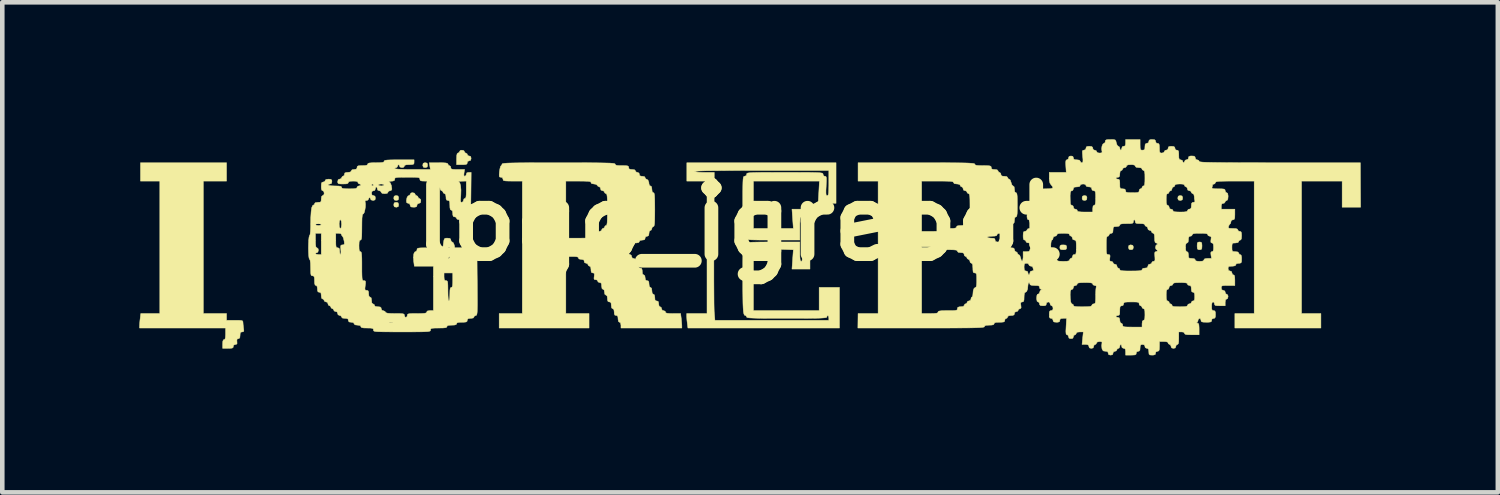
<source format=kicad_pcb>
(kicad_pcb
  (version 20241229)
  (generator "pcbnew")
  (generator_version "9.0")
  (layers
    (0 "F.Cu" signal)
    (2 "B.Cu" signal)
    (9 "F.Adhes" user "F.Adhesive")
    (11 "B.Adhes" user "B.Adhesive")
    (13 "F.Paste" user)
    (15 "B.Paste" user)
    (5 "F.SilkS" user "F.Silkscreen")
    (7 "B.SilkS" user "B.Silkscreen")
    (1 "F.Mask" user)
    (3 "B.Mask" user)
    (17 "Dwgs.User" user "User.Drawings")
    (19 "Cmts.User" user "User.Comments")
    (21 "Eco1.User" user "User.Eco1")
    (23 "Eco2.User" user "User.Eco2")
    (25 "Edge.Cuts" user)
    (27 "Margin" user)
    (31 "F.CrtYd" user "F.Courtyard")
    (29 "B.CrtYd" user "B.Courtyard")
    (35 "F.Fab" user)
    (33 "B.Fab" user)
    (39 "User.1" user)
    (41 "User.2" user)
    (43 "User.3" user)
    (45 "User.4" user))
  (footprint "logo_igrebot"
    (layer "F.Cu")
    (at 13.107 1.825)
    (property "Reference" "logo_igrebot" (at 0 0 0) (layer "F.SilkS") (effects (font (size 1.524 1.524) (thickness 0.3))))
    (attr through_hole)
    (fp_poly (pts (xy 0.804 0.392) (xy 0.794 0.402) (xy 0.783 0.392) (xy 0.794 0.381) (xy 0.804 0.392)) (stroke (width 0.01) (type solid)) (fill yes) (layer "F.SilkS"))
    (fp_poly (pts (xy 0.804 0.646) (xy 0.794 0.656) (xy 0.783 0.646) (xy 0.794 0.635) (xy 0.804 0.646)) (stroke (width 0.01) (type solid)) (fill yes) (layer "F.SilkS"))
    (fp_poly (pts (xy 0.804 0.688) (xy 0.794 0.699) (xy 0.783 0.688) (xy 0.794 0.677) (xy 0.804 0.688)) (stroke (width 0.01) (type solid)) (fill yes) (layer "F.SilkS"))
    (fp_poly (pts (xy 0.804 0.73) (xy 0.794 0.741) (xy 0.783 0.73) (xy 0.794 0.72) (xy 0.804 0.73)) (stroke (width 0.01) (type solid)) (fill yes) (layer "F.SilkS"))
    (fp_poly (pts (xy 0.804 0.773) (xy 0.794 0.783) (xy 0.783 0.773) (xy 0.794 0.762) (xy 0.804 0.773)) (stroke (width 0.01) (type solid)) (fill yes) (layer "F.SilkS"))
    (fp_poly (pts (xy 0.798 0.842) (xy 0.802 0.897) (xy 0.798 0.926) (xy 0.792 0.931) (xy 0.789 0.901) (xy 0.789 0.878) (xy 0.791 0.837) (xy 0.795 0.831) (xy 0.798 0.842)) (stroke (width 0.01) (type solid)) (fill yes) (layer "F.SilkS"))
    (fp_poly (pts (xy -7.442 -0.584) (xy -7.43 -0.55) (xy -7.429 -0.54) (xy -7.438 -0.499) (xy -7.473 -0.487) (xy -7.482 -0.487) (xy -7.523 -0.496) (xy -7.535 -0.53) (xy -7.535 -0.54) (xy -7.527 -0.58) (xy -7.492 -0.592) (xy -7.482 -0.593) (xy -7.442 -0.584)) (stroke (width 0.01) (type solid)) (fill yes) (layer "F.SilkS"))
    (fp_poly (pts (xy -7.442 -0.436) (xy -7.43 -0.401) (xy -7.429 -0.392) (xy -7.438 -0.351) (xy -7.473 -0.339) (xy -7.482 -0.339) (xy -7.523 -0.347) (xy -7.535 -0.382) (xy -7.535 -0.392) (xy -7.527 -0.432) (xy -7.492 -0.444) (xy -7.482 -0.445) (xy -7.442 -0.436)) (stroke (width 0.01) (type solid)) (fill yes) (layer "F.SilkS"))
    (fp_poly (pts (xy -6.807 -1.304) (xy -6.795 -1.269) (xy -6.795 -1.259) (xy -6.803 -1.219) (xy -6.838 -1.207) (xy -6.847 -1.206) (xy -6.888 -1.215) (xy -6.9 -1.25) (xy -6.9 -1.259) (xy -6.892 -1.3) (xy -6.857 -1.312) (xy -6.847 -1.312) (xy -6.807 -1.304)) (stroke (width 0.01) (type solid)) (fill yes) (layer "F.SilkS"))
    (fp_poly (pts (xy 7.173 0.491) (xy 7.193 0.509) (xy 7.197 0.54) (xy 7.191 0.576) (xy 7.166 0.59) (xy 7.123 0.593) (xy 7.072 0.589) (xy 7.052 0.571) (xy 7.048 0.54) (xy 7.054 0.504) (xy 7.079 0.489) (xy 7.123 0.487) (xy 7.173 0.491)) (stroke (width 0.01) (type solid)) (fill yes) (layer "F.SilkS"))
    (fp_poly (pts (xy 7.629 -0.584) (xy 7.641 -0.55) (xy 7.641 -0.54) (xy 7.632 -0.499) (xy 7.598 -0.487) (xy 7.588 -0.487) (xy 7.548 -0.496) (xy 7.536 -0.53) (xy 7.535 -0.54) (xy 7.544 -0.58) (xy 7.578 -0.592) (xy 7.588 -0.593) (xy 7.629 -0.584)) (stroke (width 0.01) (type solid)) (fill yes) (layer "F.SilkS"))
    (fp_poly (pts (xy 8.645 0.496) (xy 8.657 0.53) (xy 8.657 0.54) (xy 8.648 0.58) (xy 8.614 0.592) (xy 8.604 0.593) (xy 8.564 0.584) (xy 8.552 0.55) (xy 8.551 0.54) (xy 8.56 0.499) (xy 8.594 0.487) (xy 8.604 0.487) (xy 8.645 0.496)) (stroke (width 0.01) (type solid)) (fill yes) (layer "F.SilkS"))
    (fp_poly (pts (xy 9.724 -0.584) (xy 9.736 -0.55) (xy 9.737 -0.54) (xy 9.728 -0.499) (xy 9.694 -0.487) (xy 9.684 -0.487) (xy 9.643 -0.496) (xy 9.631 -0.53) (xy 9.631 -0.54) (xy 9.64 -0.58) (xy 9.674 -0.592) (xy 9.684 -0.593) (xy 9.724 -0.584)) (stroke (width 0.01) (type solid)) (fill yes) (layer "F.SilkS"))
    (fp_poly (pts (xy 10.141 0.428) (xy 10.156 0.45) (xy 10.16 0.501) (xy 10.16 0.508) (xy 10.157 0.563) (xy 10.143 0.587) (xy 10.112 0.593) (xy 10.107 0.593) (xy 10.073 0.588) (xy 10.058 0.566) (xy 10.054 0.515) (xy 10.054 0.508) (xy 10.057 0.453) (xy 10.071 0.429) (xy 10.102 0.423) (xy 10.107 0.423) (xy 10.141 0.428)) (stroke (width 0.01) (type solid)) (fill yes) (layer "F.SilkS"))
    (fp_poly (pts (xy -6.001 -1.576) (xy -5.99 -1.556) (xy -5.973 -1.528) (xy -5.958 -1.524) (xy -5.93 -1.507) (xy -5.927 -1.492) (xy -5.909 -1.466) (xy -5.884 -1.46) (xy -5.851 -1.448) (xy -5.842 -1.408) (xy -5.852 -1.366) (xy -5.884 -1.355) (xy -5.92 -1.34) (xy -5.927 -1.312) (xy -5.932 -1.288) (xy -5.954 -1.275) (xy -6.002 -1.27) (xy -6.043 -1.27) (xy -6.16 -1.27) (xy -6.16 -1.397) (xy -6.157 -1.471) (xy -6.148 -1.51) (xy -6.132 -1.524) (xy -6.128 -1.524) (xy -6.1 -1.541) (xy -6.096 -1.556) (xy -6.078 -1.581) (xy -6.043 -1.587) (xy -6.001 -1.576)) (stroke (width 0.01) (type solid)) (fill yes) (layer "F.SilkS"))
    (fp_poly (pts (xy -7.08 -0.645) (xy -7.07 -0.624) (xy -7.053 -0.596) (xy -7.038 -0.593) (xy -7.01 -0.576) (xy -7.006 -0.561) (xy -6.989 -0.533) (xy -6.974 -0.529) (xy -6.949 -0.511) (xy -6.943 -0.476) (xy -6.953 -0.435) (xy -6.985 -0.423) (xy -7.02 -0.408) (xy -7.027 -0.381) (xy -7.036 -0.352) (xy -7.068 -0.34) (xy -7.101 -0.339) (xy -7.152 -0.343) (xy -7.173 -0.362) (xy -7.176 -0.381) (xy -7.19 -0.416) (xy -7.218 -0.423) (xy -7.251 -0.436) (xy -7.259 -0.477) (xy -7.247 -0.545) (xy -7.226 -0.582) (xy -7.205 -0.593) (xy -7.179 -0.61) (xy -7.176 -0.624) (xy -7.157 -0.65) (xy -7.123 -0.656) (xy -7.08 -0.645)) (stroke (width 0.01) (type solid)) (fill yes) (layer "F.SilkS"))
    (fp_poly (pts (xy -11.197 -0.91) (xy -11.705 -0.91) (xy -11.705 1.99) (xy -11.197 1.99) (xy -11.197 2.138) (xy -11.017 2.138) (xy -10.93 2.138) (xy -10.877 2.142) (xy -10.849 2.15) (xy -10.839 2.166) (xy -10.837 2.185) (xy -10.833 2.239) (xy -10.825 2.305) (xy -10.824 2.312) (xy -10.818 2.364) (xy -10.827 2.387) (xy -10.855 2.392) (xy -10.856 2.392) (xy -10.887 2.399) (xy -10.899 2.429) (xy -10.901 2.466) (xy -10.906 2.518) (xy -10.925 2.538) (xy -10.94 2.54) (xy -10.966 2.549) (xy -10.971 2.582) (xy -10.969 2.603) (xy -10.967 2.649) (xy -10.984 2.665) (xy -11.004 2.667) (xy -11.041 2.681) (xy -11.049 2.709) (xy -11.054 2.734) (xy -11.076 2.747) (xy -11.125 2.751) (xy -11.165 2.752) (xy -11.282 2.752) (xy -11.282 2.656) (xy -11.278 2.594) (xy -11.264 2.565) (xy -11.25 2.561) (xy -11.232 2.551) (xy -11.222 2.517) (xy -11.218 2.449) (xy -11.218 2.434) (xy -11.218 2.307) (xy -13.102 2.307) (xy -13.102 2.26) (xy -13.099 2.211) (xy -13.093 2.141) (xy -13.088 2.101) (xy -13.075 1.99) (xy -12.658 1.99) (xy -12.658 -0.91) (xy -13.081 -0.91) (xy -13.081 -1.312) (xy -11.197 -1.312) (xy -11.197 -0.91)) (stroke (width 0.01) (type solid)) (fill yes) (layer "F.SilkS"))
    (fp_poly (pts (xy 2.148 -0.423) (xy 1.757 -0.423) (xy 1.771 -0.667) (xy 1.784 -0.91) (xy 0.339 -0.91) (xy 0.339 0.127) (xy 1.213 0.127) (xy 1.183 -0.296) (xy 1.577 -0.296) (xy 1.577 1.016) (xy 1.183 1.016) (xy 1.213 0.593) (xy 1.114 0.59) (xy 1.029 0.587) (xy 0.943 0.584) (xy 0.926 0.583) (xy 0.864 0.585) (xy 0.819 0.594) (xy 0.812 0.598) (xy 0.783 0.604) (xy 0.776 0.598) (xy 0.75 0.588) (xy 0.697 0.584) (xy 0.663 0.584) (xy 0.576 0.587) (xy 0.481 0.59) (xy 0.45 0.59) (xy 0.339 0.593) (xy 0.339 1.926) (xy 1.778 1.926) (xy 1.778 1.418) (xy 2.223 1.418) (xy 2.223 2.307) (xy -1.095 2.307) (xy -1.108 2.209) (xy -1.117 2.134) (xy -1.121 2.067) (xy -1.122 2.05) (xy -1.122 1.99) (xy -0.677 1.99) (xy -0.677 -0.91) (xy -1.119 -0.91) (xy -1.119 -1.111) (xy -1.119 -1.122) (xy -0.953 -1.122) (xy -0.932 -1.112) (xy -0.876 -1.105) (xy -0.789 -1.101) (xy -0.736 -1.101) (xy -0.519 -1.101) (xy -0.526 0.344) (xy -0.527 0.593) (xy -0.527 0.833) (xy -0.527 1.061) (xy -0.527 1.273) (xy -0.526 1.464) (xy -0.525 1.631) (xy -0.524 1.769) (xy -0.522 1.875) (xy -0.52 1.944) (xy -0.518 1.963) (xy -0.504 2.138) (xy 1.99 2.138) (xy 1.99 2.085) (xy 1.982 2.045) (xy 1.968 2.032) (xy 1.95 2.049) (xy 1.947 2.064) (xy 1.943 2.072) (xy 1.928 2.078) (xy 1.898 2.083) (xy 1.851 2.087) (xy 1.781 2.091) (xy 1.686 2.093) (xy 1.562 2.094) (xy 1.405 2.095) (xy 1.212 2.095) (xy 1.069 2.095) (xy 0.851 2.095) (xy 0.671 2.095) (xy 0.527 2.094) (xy 0.414 2.092) (xy 0.329 2.089) (xy 0.267 2.086) (xy 0.227 2.082) (xy 0.203 2.076) (xy 0.192 2.069) (xy 0.191 2.064) (xy 0.175 2.036) (xy 0.161 2.032) (xy 0.147 2.028) (xy 0.136 2.013) (xy 0.127 1.984) (xy 0.119 1.936) (xy 0.114 1.867) (xy 0.11 1.771) (xy 0.108 1.647) (xy 0.106 1.489) (xy 0.106 1.294) (xy 0.106 1.193) (xy 0.106 1.002) (xy 0.106 0.849) (xy 0.107 0.729) (xy 0.109 0.639) (xy 0.111 0.582) (xy 0.783 0.582) (xy 0.794 0.593) (xy 0.804 0.582) (xy 0.794 0.572) (xy 0.783 0.582) (xy 0.111 0.582) (xy 0.112 0.575) (xy 0.115 0.54) (xy 0.783 0.54) (xy 0.794 0.55) (xy 0.804 0.54) (xy 0.794 0.529) (xy 0.783 0.54) (xy 0.115 0.54) (xy 0.116 0.532) (xy 0.122 0.506) (xy 0.129 0.492) (xy 0.139 0.487) (xy 0.148 0.487) (xy 0.183 0.474) (xy 0.191 0.455) (xy 0.783 0.455) (xy 0.794 0.466) (xy 0.804 0.455) (xy 0.794 0.445) (xy 0.783 0.455) (xy 0.191 0.455) (xy 0.195 0.446) (xy 0.212 0.438) (xy 0.246 0.433) (xy 0.301 0.428) (xy 0.381 0.426) (xy 0.492 0.424) (xy 0.637 0.423) (xy 0.773 0.423) (xy 1.355 0.423) (xy 1.355 0.635) (xy 1.356 0.734) (xy 1.36 0.797) (xy 1.367 0.832) (xy 1.38 0.846) (xy 1.386 0.847) (xy 1.397 0.842) (xy 1.405 0.824) (xy 1.41 0.788) (xy 1.414 0.729) (xy 1.417 0.643) (xy 1.418 0.524) (xy 1.418 0.368) (xy 1.418 0.36) (xy 1.418 0.202) (xy 1.417 0.082) (xy 1.414 -0.006) (xy 1.411 -0.066) (xy 1.405 -0.103) (xy 1.397 -0.122) (xy 1.387 -0.127) (xy 1.386 -0.127) (xy 1.373 -0.121) (xy 1.364 -0.097) (xy 1.358 -0.05) (xy 1.355 0.027) (xy 1.355 0.127) (xy 1.355 0.38) (xy 0.773 0.38) (xy 0.601 0.38) (xy 0.466 0.38) (xy 0.365 0.378) (xy 0.292 0.376) (xy 0.243 0.372) (xy 0.213 0.367) (xy 0.197 0.359) (xy 0.191 0.349) (xy 0.191 0.338) (xy 0.175 0.303) (xy 0.148 0.296) (xy 0.136 0.295) (xy 0.127 0.289) (xy 0.12 0.272) (xy 0.114 0.242) (xy 0.111 0.193) (xy 0.108 0.121) (xy 0.107 0.022) (xy 0.106 -0.108) (xy 0.106 -0.275) (xy 0.106 -0.36) (xy 0.106 -0.544) (xy 0.106 -0.689) (xy 0.107 -0.802) (xy 0.109 -0.885) (xy 0.112 -0.943) (xy 0.117 -0.981) (xy 0.124 -1.003) (xy 0.132 -1.013) (xy 0.143 -1.016) (xy 0.148 -1.016) (xy 0.184 -1.031) (xy 0.191 -1.058) (xy 0.192 -1.069) (xy 0.197 -1.078) (xy 0.211 -1.085) (xy 0.238 -1.09) (xy 0.281 -1.094) (xy 0.344 -1.097) (xy 0.431 -1.099) (xy 0.546 -1.1) (xy 0.693 -1.1) (xy 0.875 -1.101) (xy 1.027 -1.101) (xy 1.237 -1.101) (xy 1.408 -1.1) (xy 1.545 -1.1) (xy 1.651 -1.098) (xy 1.731 -1.096) (xy 1.787 -1.093) (xy 1.825 -1.088) (xy 1.847 -1.083) (xy 1.858 -1.075) (xy 1.862 -1.066) (xy 1.863 -1.058) (xy 1.878 -1.023) (xy 1.903 -1.016) (xy 1.921 -1.013) (xy 1.932 -1) (xy 1.937 -0.968) (xy 1.937 -0.91) (xy 1.932 -0.818) (xy 1.932 -0.804) (xy 1.927 -0.707) (xy 1.927 -0.645) (xy 1.931 -0.61) (xy 1.942 -0.595) (xy 1.955 -0.593) (xy 1.969 -0.597) (xy 1.979 -0.615) (xy 1.985 -0.653) (xy 1.988 -0.718) (xy 1.99 -0.815) (xy 1.99 -0.868) (xy 1.99 -1.143) (xy 0.519 -1.143) (xy 0.195 -1.143) (xy -0.089 -1.142) (xy -0.334 -1.14) (xy -0.538 -1.138) (xy -0.703 -1.136) (xy -0.826 -1.132) (xy -0.908 -1.128) (xy -0.948 -1.124) (xy -0.953 -1.122) (xy -1.119 -1.122) (xy -1.119 -1.312) (xy 2.148 -1.312) (xy 2.148 -0.423)) (stroke (width 0.01) (type solid)) (fill yes) (layer "F.SilkS"))
    (fp_poly (pts (xy -3.664 -1.312) (xy -3.441 -1.312) (xy -3.254 -1.311) (xy -3.099 -1.31) (xy -2.975 -1.308) (xy -2.878 -1.306) (xy -2.805 -1.304) (xy -2.753 -1.3) (xy -2.718 -1.296) (xy -2.698 -1.29) (xy -2.689 -1.284) (xy -2.688 -1.281) (xy -2.679 -1.263) (xy -2.648 -1.253) (xy -2.586 -1.249) (xy -2.54 -1.249) (xy -2.462 -1.248) (xy -2.418 -1.243) (xy -2.397 -1.231) (xy -2.392 -1.21) (xy -2.392 -1.206) (xy -2.384 -1.177) (xy -2.351 -1.166) (xy -2.318 -1.164) (xy -2.263 -1.157) (xy -2.244 -1.135) (xy -2.244 -1.132) (xy -2.226 -1.107) (xy -2.201 -1.101) (xy -2.166 -1.086) (xy -2.159 -1.058) (xy -2.149 -1.027) (xy -2.112 -1.016) (xy -2.095 -1.016) (xy -2.045 -1.007) (xy -2.032 -0.984) (xy -2.016 -0.956) (xy -2.003 -0.953) (xy -1.97 -0.933) (xy -1.95 -0.882) (xy -1.947 -0.845) (xy -1.934 -0.812) (xy -1.916 -0.804) (xy -1.892 -0.788) (xy -1.884 -0.737) (xy -1.884 -0.73) (xy -1.877 -0.675) (xy -1.855 -0.656) (xy -1.852 -0.656) (xy -1.84 -0.651) (xy -1.832 -0.631) (xy -1.826 -0.591) (xy -1.823 -0.526) (xy -1.821 -0.429) (xy -1.82 -0.296) (xy -1.82 -0.286) (xy -1.821 -0.15) (xy -1.823 -0.052) (xy -1.826 0.016) (xy -1.832 0.057) (xy -1.84 0.078) (xy -1.851 0.085) (xy -1.852 0.085) (xy -1.878 0.102) (xy -1.884 0.127) (xy -1.897 0.161) (xy -1.916 0.169) (xy -1.941 0.188) (xy -1.947 0.233) (xy -1.954 0.279) (xy -1.979 0.296) (xy -1.99 0.296) (xy -2.025 0.311) (xy -2.032 0.339) (xy -2.042 0.37) (xy -2.079 0.381) (xy -2.095 0.381) (xy -2.146 0.39) (xy -2.159 0.413) (xy -2.173 0.435) (xy -2.219 0.444) (xy -2.244 0.445) (xy -2.299 0.448) (xy -2.324 0.462) (xy -2.328 0.487) (xy -2.334 0.512) (xy -2.358 0.525) (xy -2.41 0.529) (xy -2.434 0.529) (xy -2.497 0.531) (xy -2.528 0.54) (xy -2.539 0.561) (xy -2.54 0.582) (xy -2.534 0.618) (xy -2.51 0.633) (xy -2.466 0.635) (xy -2.411 0.642) (xy -2.392 0.664) (xy -2.392 0.667) (xy -2.375 0.695) (xy -2.36 0.699) (xy -2.334 0.716) (xy -2.328 0.741) (xy -2.313 0.776) (xy -2.286 0.783) (xy -2.252 0.796) (xy -2.244 0.815) (xy -2.226 0.841) (xy -2.199 0.847) (xy -2.169 0.852) (xy -2.16 0.876) (xy -2.165 0.921) (xy -2.17 0.971) (xy -2.159 0.991) (xy -2.137 0.995) (xy -2.108 1.004) (xy -2.097 1.037) (xy -2.095 1.069) (xy -2.089 1.124) (xy -2.067 1.143) (xy -2.064 1.143) (xy -2.039 1.162) (xy -2.032 1.206) (xy -2.025 1.253) (xy -2.001 1.269) (xy -1.99 1.27) (xy -1.96 1.278) (xy -1.949 1.311) (xy -1.947 1.344) (xy -1.94 1.399) (xy -1.918 1.418) (xy -1.916 1.418) (xy -1.892 1.434) (xy -1.884 1.486) (xy -1.884 1.492) (xy -1.877 1.547) (xy -1.855 1.566) (xy -1.852 1.566) (xy -1.829 1.582) (xy -1.82 1.634) (xy -1.82 1.64) (xy -1.816 1.691) (xy -1.797 1.712) (xy -1.778 1.714) (xy -1.747 1.724) (xy -1.736 1.762) (xy -1.736 1.778) (xy -1.726 1.828) (xy -1.704 1.841) (xy -1.678 1.859) (xy -1.672 1.884) (xy -1.657 1.919) (xy -1.63 1.926) (xy -1.595 1.939) (xy -1.587 1.958) (xy -1.579 1.974) (xy -1.55 1.984) (xy -1.492 1.989) (xy -1.421 1.99) (xy -1.255 1.99) (xy -1.241 2.101) (xy -1.234 2.174) (xy -1.229 2.237) (xy -1.228 2.26) (xy -1.228 2.307) (xy -2.561 2.307) (xy -2.561 2.244) (xy -2.571 2.193) (xy -2.593 2.18) (xy -2.616 2.164) (xy -2.625 2.113) (xy -2.625 2.106) (xy -2.629 2.055) (xy -2.648 2.034) (xy -2.667 2.032) (xy -2.696 2.024) (xy -2.708 1.991) (xy -2.709 1.958) (xy -2.716 1.903) (xy -2.738 1.884) (xy -2.741 1.884) (xy -2.765 1.868) (xy -2.773 1.816) (xy -2.773 1.81) (xy -2.778 1.759) (xy -2.796 1.738) (xy -2.815 1.736) (xy -2.844 1.727) (xy -2.856 1.695) (xy -2.857 1.662) (xy -2.864 1.607) (xy -2.886 1.588) (xy -2.889 1.587) (xy -2.914 1.569) (xy -2.921 1.524) (xy -2.93 1.474) (xy -2.953 1.46) (xy -2.976 1.444) (xy -2.984 1.393) (xy -2.985 1.386) (xy -2.989 1.335) (xy -3.008 1.315) (xy -3.027 1.312) (xy -3.061 1.299) (xy -3.069 1.281) (xy -3.087 1.255) (xy -3.114 1.249) (xy -3.144 1.244) (xy -3.152 1.22) (xy -3.147 1.175) (xy -3.143 1.125) (xy -3.154 1.104) (xy -3.176 1.101) (xy -3.205 1.092) (xy -3.216 1.058) (xy -3.217 1.027) (xy -3.224 0.972) (xy -3.246 0.953) (xy -3.249 0.953) (xy -3.277 0.936) (xy -3.281 0.921) (xy -3.298 0.895) (xy -3.323 0.889) (xy -3.359 0.874) (xy -3.365 0.847) (xy -3.375 0.816) (xy -3.413 0.805) (xy -3.429 0.804) (xy -3.479 0.795) (xy -3.493 0.773) (xy -3.502 0.755) (xy -3.535 0.745) (xy -3.599 0.741) (xy -3.63 0.741) (xy -3.768 0.741) (xy -3.768 1.99) (xy -3.26 1.99) (xy -3.26 2.307) (xy -5.228 2.307) (xy -5.228 1.99) (xy -4.722 1.99) (xy -4.721 0.54) (xy -4.721 -0.91) (xy -3.768 -0.91) (xy -3.768 0.339) (xy -3.461 0.339) (xy -3.339 0.338) (xy -3.253 0.336) (xy -3.198 0.331) (xy -3.167 0.324) (xy -3.155 0.313) (xy -3.154 0.307) (xy -3.136 0.281) (xy -3.111 0.275) (xy -3.076 0.26) (xy -3.069 0.233) (xy -3.054 0.197) (xy -3.027 0.191) (xy -2.992 0.177) (xy -2.985 0.159) (xy -2.968 0.131) (xy -2.953 0.127) (xy -2.925 0.11) (xy -2.921 0.095) (xy -2.904 0.067) (xy -2.889 0.064) (xy -2.877 0.058) (xy -2.869 0.038) (xy -2.863 -0.003) (xy -2.86 -0.07) (xy -2.858 -0.169) (xy -2.857 -0.286) (xy -2.858 -0.417) (xy -2.86 -0.511) (xy -2.864 -0.575) (xy -2.87 -0.613) (xy -2.879 -0.631) (xy -2.889 -0.635) (xy -2.917 -0.652) (xy -2.921 -0.667) (xy -2.939 -0.693) (xy -2.963 -0.699) (xy -2.999 -0.713) (xy -3.006 -0.741) (xy -3.018 -0.775) (xy -3.035 -0.783) (xy -3.068 -0.8) (xy -3.077 -0.815) (xy -3.106 -0.839) (xy -3.153 -0.847) (xy -3.204 -0.856) (xy -3.217 -0.878) (xy -3.223 -0.892) (xy -3.246 -0.901) (xy -3.291 -0.906) (xy -3.366 -0.909) (xy -3.475 -0.91) (xy -3.493 -0.91) (xy -3.768 -0.91) (xy -4.721 -0.91) (xy -4.932 -0.91) (xy -5.028 -0.911) (xy -5.09 -0.914) (xy -5.125 -0.92) (xy -5.14 -0.932) (xy -5.143 -0.95) (xy -5.144 -0.953) (xy -5.158 -0.987) (xy -5.189 -0.995) (xy -5.214 -0.998) (xy -5.226 -1.014) (xy -5.227 -1.053) (xy -5.222 -1.116) (xy -5.211 -1.183) (xy -5.198 -1.23) (xy -5.187 -1.245) (xy -5.167 -1.27) (xy -5.165 -1.282) (xy -5.16 -1.289) (xy -5.143 -1.294) (xy -5.111 -1.299) (xy -5.061 -1.303) (xy -4.99 -1.306) (xy -4.895 -1.308) (xy -4.773 -1.31) (xy -4.622 -1.311) (xy -4.437 -1.312) (xy -4.216 -1.312) (xy -3.956 -1.312) (xy -3.926 -1.312) (xy -3.664 -1.312)) (stroke (width 0.01) (type solid)) (fill yes) (layer "F.SilkS"))
    (fp_poly (pts (xy -7.091 -1.323) (xy -7.094 -1.292) (xy -7.112 -1.276) (xy -7.154 -1.271) (xy -7.197 -1.27) (xy -7.263 -1.267) (xy -7.296 -1.255) (xy -7.303 -1.238) (xy -7.321 -1.213) (xy -7.355 -1.206) (xy -7.398 -1.218) (xy -7.408 -1.238) (xy -7.42 -1.266) (xy -7.429 -1.27) (xy -7.448 -1.253) (xy -7.451 -1.238) (xy -7.468 -1.21) (xy -7.482 -1.206) (xy -7.511 -1.195) (xy -7.514 -1.185) (xy -7.493 -1.177) (xy -7.433 -1.171) (xy -7.336 -1.167) (xy -7.205 -1.164) (xy -7.124 -1.164) (xy -6.734 -1.164) (xy -6.746 -1.238) (xy -6.758 -1.312) (xy -6.554 -1.312) (xy -6.457 -1.311) (xy -6.396 -1.307) (xy -6.363 -1.299) (xy -6.351 -1.286) (xy -6.35 -1.281) (xy -6.333 -1.253) (xy -6.318 -1.249) (xy -6.292 -1.231) (xy -6.287 -1.206) (xy -6.283 -1.184) (xy -6.265 -1.172) (xy -6.224 -1.166) (xy -6.152 -1.164) (xy -6.136 -1.164) (xy -5.985 -1.164) (xy -5.997 -1.09) (xy -6.001 -1.038) (xy -5.988 -1.017) (xy -5.978 -1.016) (xy -5.954 -1.034) (xy -5.948 -1.058) (xy -5.936 -1.091) (xy -5.894 -1.101) (xy -5.841 -1.101) (xy -5.846 -0.614) (xy -5.848 -0.458) (xy -5.85 -0.339) (xy -5.853 -0.252) (xy -5.857 -0.193) (xy -5.863 -0.156) (xy -5.871 -0.136) (xy -5.881 -0.128) (xy -5.889 -0.127) (xy -5.921 -0.112) (xy -5.927 -0.095) (xy -5.937 -0.076) (xy -5.974 -0.066) (xy -6.043 -0.064) (xy -6.113 -0.066) (xy -6.149 -0.076) (xy -6.16 -0.095) (xy -6.177 -0.121) (xy -6.202 -0.127) (xy -6.231 -0.135) (xy -6.243 -0.168) (xy -6.244 -0.201) (xy -6.251 -0.256) (xy -6.273 -0.275) (xy -6.276 -0.275) (xy -6.296 -0.286) (xy -6.306 -0.326) (xy -6.308 -0.381) (xy -6.31 -0.444) (xy -6.319 -0.476) (xy -6.34 -0.486) (xy -6.35 -0.487) (xy -6.379 -0.495) (xy -6.391 -0.527) (xy -6.392 -0.561) (xy -6.399 -0.616) (xy -6.421 -0.635) (xy -6.424 -0.635) (xy -6.452 -0.652) (xy -6.456 -0.667) (xy -6.473 -0.695) (xy -6.488 -0.699) (xy -6.513 -0.716) (xy -6.519 -0.741) (xy -6.534 -0.776) (xy -6.562 -0.783) (xy -6.596 -0.796) (xy -6.604 -0.815) (xy -6.62 -0.838) (xy -6.671 -0.847) (xy -6.678 -0.847) (xy -6.733 -0.854) (xy -6.752 -0.876) (xy -6.752 -0.878) (xy -6.763 -0.898) (xy -6.769 -0.9) (xy -6.12 -0.9) (xy -6.115 -0.896) (xy -6.089 -0.869) (xy -6.072 -0.806) (xy -6.064 -0.715) (xy -6.067 -0.603) (xy -6.069 -0.569) (xy -6.074 -0.498) (xy -6.071 -0.461) (xy -6.058 -0.446) (xy -6.046 -0.445) (xy -6.017 -0.462) (xy -6.011 -0.487) (xy -5.998 -0.521) (xy -5.98 -0.529) (xy -5.964 -0.537) (xy -5.954 -0.564) (xy -5.949 -0.618) (xy -5.948 -0.706) (xy -5.948 -0.72) (xy -5.948 -0.91) (xy -6.048 -0.908) (xy -6.099 -0.905) (xy -6.12 -0.9) (xy -6.769 -0.9) (xy -6.803 -0.908) (xy -6.858 -0.91) (xy -6.921 -0.912) (xy -6.953 -0.922) (xy -6.963 -0.943) (xy -6.964 -0.953) (xy -6.966 -0.97) (xy -6.978 -0.982) (xy -7.005 -0.989) (xy -7.055 -0.993) (xy -7.135 -0.995) (xy -7.239 -0.995) (xy -7.351 -0.994) (xy -7.428 -0.993) (xy -7.476 -0.988) (xy -7.502 -0.981) (xy -7.512 -0.969) (xy -7.514 -0.953) (xy -7.522 -0.924) (xy -7.554 -0.911) (xy -7.594 -0.908) (xy -7.635 -0.904) (xy -7.644 -0.898) (xy -7.638 -0.896) (xy -7.611 -0.87) (xy -7.589 -0.815) (xy -7.578 -0.745) (xy -7.578 -0.728) (xy -7.595 -0.704) (xy -7.62 -0.699) (xy -7.654 -0.685) (xy -7.662 -0.667) (xy -7.678 -0.643) (xy -7.73 -0.635) (xy -7.736 -0.635) (xy -7.791 -0.642) (xy -7.81 -0.664) (xy -7.811 -0.667) (xy -7.828 -0.693) (xy -7.853 -0.699) (xy -7.888 -0.713) (xy -7.895 -0.741) (xy -7.904 -0.775) (xy -7.916 -0.783) (xy -7.934 -0.765) (xy -7.938 -0.741) (xy -7.952 -0.705) (xy -7.98 -0.699) (xy -8.013 -0.686) (xy -8.022 -0.646) (xy -8.012 -0.604) (xy -7.98 -0.593) (xy -7.947 -0.58) (xy -7.938 -0.54) (xy -7.946 -0.499) (xy -7.981 -0.487) (xy -7.99 -0.487) (xy -8.033 -0.498) (xy -8.043 -0.519) (xy -8.055 -0.547) (xy -8.065 -0.55) (xy -8.083 -0.533) (xy -8.086 -0.519) (xy -8.104 -0.493) (xy -8.13 -0.487) (xy -8.163 -0.478) (xy -8.162 -0.453) (xy -8.155 -0.408) (xy -8.157 -0.346) (xy -8.167 -0.281) (xy -8.181 -0.225) (xy -8.198 -0.194) (xy -8.205 -0.191) (xy -8.217 -0.182) (xy -8.225 -0.153) (xy -8.231 -0.099) (xy -8.233 -0.012) (xy -8.234 0.095) (xy -8.235 0.212) (xy -8.237 0.293) (xy -8.242 0.344) (xy -8.25 0.371) (xy -8.262 0.381) (xy -8.266 0.381) (xy -8.284 0.391) (xy -8.294 0.425) (xy -8.297 0.493) (xy -8.297 0.508) (xy -8.295 0.582) (xy -8.286 0.621) (xy -8.269 0.635) (xy -8.266 0.635) (xy -8.253 0.641) (xy -8.244 0.662) (xy -8.239 0.704) (xy -8.235 0.774) (xy -8.234 0.877) (xy -8.234 0.953) (xy -8.234 1.074) (xy -8.232 1.16) (xy -8.229 1.217) (xy -8.223 1.249) (xy -8.213 1.265) (xy -8.199 1.27) (xy -8.19 1.27) (xy -8.164 1.274) (xy -8.153 1.291) (xy -8.154 1.334) (xy -8.16 1.376) (xy -8.167 1.438) (xy -8.164 1.47) (xy -8.147 1.481) (xy -8.13 1.482) (xy -8.1 1.489) (xy -8.087 1.52) (xy -8.086 1.556) (xy -8.079 1.611) (xy -8.057 1.63) (xy -8.054 1.63) (xy -8.03 1.646) (xy -8.022 1.697) (xy -8.022 1.704) (xy -8.015 1.759) (xy -7.993 1.778) (xy -7.99 1.778) (xy -7.962 1.795) (xy -7.959 1.81) (xy -7.943 1.833) (xy -7.891 1.841) (xy -7.885 1.841) (xy -7.834 1.846) (xy -7.813 1.865) (xy -7.811 1.884) (xy -7.795 1.919) (xy -7.77 1.926) (xy -7.731 1.941) (xy -7.718 1.958) (xy -7.703 1.973) (xy -7.669 1.983) (xy -7.606 1.988) (xy -7.51 1.99) (xy -7.504 1.99) (xy -7.411 1.99) (xy -7.351 1.993) (xy -7.319 2) (xy -7.305 2.013) (xy -7.303 2.032) (xy -7.289 2.066) (xy -7.271 2.074) (xy -7.245 2.057) (xy -7.239 2.032) (xy -7.236 2.013) (xy -7.222 2) (xy -7.19 1.993) (xy -7.131 1.99) (xy -7.039 1.99) (xy -7.027 1.99) (xy -6.929 1.989) (xy -6.865 1.985) (xy -6.83 1.977) (xy -6.817 1.965) (xy -6.816 1.958) (xy -6.8 1.934) (xy -6.748 1.926) (xy -6.742 1.926) (xy -6.668 1.926) (xy -6.668 1.101) (xy -6.435 1.101) (xy -6.435 1.185) (xy -6.431 1.241) (xy -6.417 1.265) (xy -6.392 1.27) (xy -6.373 1.273) (xy -6.361 1.286) (xy -6.354 1.318) (xy -6.351 1.374) (xy -6.35 1.464) (xy -6.35 1.492) (xy -6.348 1.594) (xy -6.343 1.668) (xy -6.334 1.709) (xy -6.329 1.714) (xy -6.318 1.695) (xy -6.31 1.642) (xy -6.308 1.566) (xy -6.308 1.566) (xy -6.306 1.486) (xy -6.299 1.44) (xy -6.286 1.42) (xy -6.276 1.418) (xy -6.259 1.41) (xy -6.249 1.38) (xy -6.245 1.32) (xy -6.244 1.259) (xy -6.244 1.101) (xy -6.435 1.101) (xy -6.668 1.101) (xy -6.668 0.953) (xy -7.085 0.953) (xy -7.099 0.848) (xy -7.105 0.762) (xy -6.371 0.762) (xy -6.354 0.781) (xy -6.339 0.783) (xy -6.311 0.772) (xy -6.308 0.762) (xy -6.325 0.743) (xy -6.339 0.741) (xy -6.368 0.752) (xy -6.371 0.762) (xy -7.105 0.762) (xy -7.105 0.754) (xy -7.097 0.683) (xy -7.076 0.642) (xy -7.057 0.635) (xy -7.033 0.617) (xy -7.027 0.593) (xy -7.025 0.576) (xy -7.014 0.564) (xy -6.987 0.556) (xy -6.938 0.552) (xy -6.859 0.551) (xy -6.746 0.55) (xy -6.461 0.55) (xy -6.459 0.536) (xy -6.343 0.536) (xy -6.34 0.549) (xy -6.329 0.55) (xy -6.311 0.543) (xy -6.315 0.536) (xy -6.34 0.534) (xy -6.343 0.536) (xy -6.459 0.536) (xy -6.447 0.445) (xy -6.437 0.382) (xy -6.424 0.351) (xy -6.397 0.34) (xy -6.36 0.339) (xy -6.309 0.344) (xy -6.289 0.362) (xy -6.287 0.381) (xy -6.274 0.415) (xy -6.256 0.423) (xy -6.231 0.442) (xy -6.213 0.486) (xy -6.212 0.487) (xy -6.198 0.55) (xy -5.988 0.55) (xy -5.893 0.551) (xy -5.831 0.554) (xy -5.797 0.56) (xy -5.782 0.572) (xy -5.779 0.591) (xy -5.779 0.593) (xy -5.765 0.627) (xy -5.747 0.635) (xy -5.718 0.649) (xy -5.714 0.661) (xy -5.714 0.688) (xy -5.713 0.752) (xy -5.712 0.848) (xy -5.711 0.97) (xy -5.71 1.114) (xy -5.708 1.273) (xy -5.707 1.36) (xy -5.706 1.546) (xy -5.705 1.695) (xy -5.705 1.81) (xy -5.707 1.895) (xy -5.709 1.955) (xy -5.714 1.995) (xy -5.72 2.018) (xy -5.728 2.029) (xy -5.738 2.032) (xy -5.74 2.032) (xy -5.772 2.046) (xy -5.779 2.064) (xy -5.795 2.087) (xy -5.846 2.095) (xy -5.853 2.095) (xy -5.904 2.1) (xy -5.924 2.119) (xy -5.927 2.138) (xy -5.932 2.162) (xy -5.954 2.175) (xy -6.002 2.18) (xy -6.043 2.18) (xy -6.113 2.183) (xy -6.149 2.193) (xy -6.16 2.212) (xy -6.171 2.232) (xy -6.21 2.242) (xy -6.265 2.244) (xy -6.332 2.247) (xy -6.364 2.259) (xy -6.371 2.275) (xy -6.379 2.291) (xy -6.407 2.301) (xy -6.462 2.306) (xy -6.551 2.307) (xy -6.639 2.308) (xy -6.692 2.312) (xy -6.72 2.32) (xy -6.73 2.335) (xy -6.731 2.349) (xy -6.732 2.362) (xy -6.739 2.371) (xy -6.756 2.378) (xy -6.787 2.384) (xy -6.837 2.387) (xy -6.911 2.39) (xy -7.013 2.391) (xy -7.147 2.392) (xy -7.318 2.392) (xy -7.355 2.392) (xy -7.534 2.392) (xy -7.675 2.391) (xy -7.783 2.39) (xy -7.861 2.388) (xy -7.916 2.385) (xy -7.95 2.38) (xy -7.97 2.373) (xy -7.978 2.364) (xy -7.98 2.352) (xy -7.98 2.349) (xy -7.984 2.327) (xy -8.003 2.314) (xy -8.046 2.308) (xy -8.117 2.307) (xy -8.195 2.305) (xy -8.237 2.297) (xy -8.254 2.283) (xy -8.255 2.275) (xy -8.271 2.252) (xy -8.322 2.244) (xy -8.329 2.244) (xy -8.384 2.237) (xy -8.403 2.215) (xy -8.403 2.212) (xy -8.417 2.193) (xy -7.642 2.193) (xy -7.613 2.196) (xy -7.599 2.196) (xy -7.56 2.194) (xy -7.556 2.189) (xy -7.562 2.187) (xy -7.615 2.183) (xy -7.636 2.187) (xy -7.642 2.193) (xy -8.417 2.193) (xy -8.422 2.187) (xy -8.467 2.18) (xy -8.513 2.174) (xy -8.53 2.149) (xy -8.53 2.138) (xy -8.538 2.109) (xy -8.571 2.097) (xy -8.604 2.095) (xy -8.659 2.089) (xy -8.678 2.067) (xy -8.678 2.064) (xy -8.696 2.038) (xy -8.721 2.032) (xy -8.756 2.017) (xy -8.763 1.99) (xy -8.778 1.954) (xy -8.805 1.947) (xy -8.84 1.934) (xy -8.848 1.916) (xy -8.865 1.888) (xy -8.879 1.884) (xy -8.907 1.867) (xy -8.911 1.852) (xy -8.928 1.824) (xy -8.943 1.82) (xy -8.969 1.803) (xy -8.975 1.778) (xy -8.99 1.743) (xy -9.017 1.736) (xy -9.051 1.722) (xy -9.059 1.704) (xy -9.076 1.676) (xy -9.091 1.672) (xy -9.115 1.656) (xy -9.123 1.605) (xy -9.123 1.598) (xy -9.128 1.547) (xy -9.146 1.526) (xy -9.165 1.524) (xy -9.194 1.516) (xy -9.206 1.483) (xy -9.207 1.45) (xy -9.214 1.395) (xy -9.236 1.376) (xy -9.239 1.376) (xy -9.259 1.365) (xy -9.269 1.325) (xy -9.271 1.27) (xy -9.273 1.207) (xy -9.283 1.175) (xy -9.304 1.165) (xy -9.313 1.164) (xy -9.334 1.161) (xy -9.347 1.145) (xy -9.353 1.109) (xy -9.355 1.044) (xy -9.356 0.986) (xy -9.359 0.883) (xy -9.368 0.82) (xy -9.381 0.799) (xy -9.391 0.776) (xy -9.398 0.721) (xy -9.402 0.643) (xy -9.404 0.554) (xy -9.402 0.463) (xy -9.398 0.381) (xy -9.391 0.317) (xy -9.381 0.282) (xy -9.377 0.279) (xy -9.367 0.255) (xy -9.365 0.233) (xy -9.25 0.233) (xy -9.25 0.392) (xy -9.248 0.475) (xy -9.242 0.524) (xy -9.23 0.547) (xy -9.218 0.55) (xy -9.193 0.569) (xy -9.186 0.603) (xy -9.197 0.646) (xy -9.218 0.656) (xy -9.246 0.668) (xy -9.25 0.677) (xy -9.231 0.692) (xy -9.187 0.698) (xy -9.186 0.699) (xy -9.123 0.699) (xy -9.123 0.233) (xy -8.805 0.233) (xy -8.805 0.392) (xy -8.804 0.473) (xy -8.8 0.52) (xy -8.789 0.543) (xy -8.771 0.55) (xy -8.763 0.55) (xy -8.734 0.559) (xy -8.722 0.591) (xy -8.721 0.624) (xy -8.716 0.673) (xy -8.705 0.698) (xy -8.703 0.699) (xy -8.694 0.68) (xy -8.692 0.631) (xy -8.695 0.593) (xy -8.699 0.53) (xy -8.694 0.499) (xy -8.676 0.488) (xy -8.657 0.487) (xy -8.628 0.483) (xy -8.617 0.465) (xy -8.62 0.42) (xy -8.624 0.397) (xy -8.637 0.34) (xy -8.653 0.305) (xy -8.658 0.3) (xy -8.677 0.276) (xy -8.678 0.263) (xy -8.697 0.239) (xy -8.742 0.233) (xy -8.805 0.233) (xy -9.123 0.233) (xy -9.25 0.233) (xy -9.365 0.233) (xy -9.36 0.196) (xy -9.356 0.107) (xy -9.355 0.056) (xy -9.355 0.042) (xy -9.25 0.042) (xy -9.231 0.057) (xy -9.187 0.063) (xy -9.186 0.064) (xy -9.142 0.057) (xy -9.123 0.043) (xy -9.123 0.042) (xy -9.136 0.032) (xy -8.731 0.032) (xy -8.726 0.098) (xy -8.709 0.126) (xy -8.705 0.127) (xy -8.686 0.107) (xy -8.679 0.048) (xy -8.678 0.032) (xy -8.684 -0.035) (xy -8.7 -0.063) (xy -8.705 -0.064) (xy -8.723 -0.043) (xy -8.731 0.016) (xy -8.731 0.032) (xy -9.136 0.032) (xy -9.141 0.027) (xy -9.186 0.021) (xy -9.186 0.021) (xy -9.231 0.027) (xy -9.25 0.042) (xy -9.25 0.042) (xy -9.355 0.042) (xy -9.353 -0.111) (xy -9.345 -0.239) (xy -9.332 -0.327) (xy -9.313 -0.373) (xy -9.3 -0.381) (xy -9.274 -0.398) (xy -9.271 -0.413) (xy -9.255 -0.436) (xy -9.204 -0.444) (xy -9.197 -0.445) (xy -9.147 -0.448) (xy -9.127 -0.466) (xy -9.123 -0.513) (xy -9.123 -0.519) (xy -9.116 -0.573) (xy -9.094 -0.593) (xy -9.091 -0.593) (xy -9.066 -0.611) (xy -9.059 -0.646) (xy -9.07 -0.688) (xy -9.091 -0.699) (xy -9.112 -0.711) (xy -9.122 -0.753) (xy -9.123 -0.794) (xy -9.12 -0.853) (xy -9.109 -0.881) (xy -9.084 -0.889) (xy -9.081 -0.889) (xy -9.046 -0.902) (xy -9.038 -0.921) (xy -9.022 -0.944) (xy -8.971 -0.952) (xy -8.964 -0.953) (xy -8.914 -0.949) (xy -8.893 -0.931) (xy -8.89 -0.9) (xy -8.9 -0.858) (xy -8.932 -0.847) (xy -8.967 -0.838) (xy -8.975 -0.826) (xy -8.955 -0.815) (xy -8.903 -0.807) (xy -8.827 -0.804) (xy -8.826 -0.804) (xy -8.746 -0.802) (xy -8.7 -0.796) (xy -8.68 -0.783) (xy -8.678 -0.773) (xy -8.67 -0.756) (xy -8.641 -0.747) (xy -8.584 -0.742) (xy -8.509 -0.741) (xy -8.422 -0.742) (xy -8.37 -0.748) (xy -8.345 -0.759) (xy -8.34 -0.773) (xy -8.322 -0.798) (xy -8.297 -0.804) (xy -8.263 -0.813) (xy -8.255 -0.826) (xy -8.022 -0.826) (xy -8.006 -0.805) (xy -8.001 -0.804) (xy -7.98 -0.82) (xy -7.98 -0.826) (xy -7.874 -0.826) (xy -7.856 -0.811) (xy -7.811 -0.804) (xy -7.811 -0.804) (xy -7.766 -0.81) (xy -7.747 -0.825) (xy -7.747 -0.826) (xy -7.765 -0.84) (xy -7.81 -0.847) (xy -7.811 -0.847) (xy -7.855 -0.841) (xy -7.874 -0.826) (xy -7.874 -0.826) (xy -7.98 -0.826) (xy -7.996 -0.846) (xy -8.001 -0.847) (xy -8.022 -0.831) (xy -8.022 -0.826) (xy -8.255 -0.826) (xy -8.272 -0.844) (xy -8.287 -0.847) (xy -8.315 -0.864) (xy -8.319 -0.878) (xy -8.33 -0.898) (xy -8.369 -0.908) (xy -8.424 -0.91) (xy -8.491 -0.907) (xy -8.523 -0.895) (xy -8.53 -0.878) (xy -8.541 -0.859) (xy -8.577 -0.849) (xy -8.647 -0.847) (xy -8.713 -0.848) (xy -8.748 -0.855) (xy -8.761 -0.873) (xy -8.763 -0.9) (xy -8.753 -0.941) (xy -8.721 -0.953) (xy -8.686 -0.966) (xy -8.678 -0.984) (xy -8.661 -1.012) (xy -8.647 -1.016) (xy -8.621 -1.034) (xy -8.615 -1.058) (xy -8.607 -1.088) (xy -8.574 -1.099) (xy -8.541 -1.101) (xy -8.486 -1.108) (xy -8.467 -1.13) (xy -8.467 -1.132) (xy -8.448 -1.158) (xy -8.403 -1.164) (xy -8.357 -1.171) (xy -8.34 -1.196) (xy -8.34 -1.206) (xy -8.335 -1.231) (xy -8.313 -1.244) (xy -8.264 -1.248) (xy -8.223 -1.249) (xy -8.153 -1.252) (xy -8.117 -1.262) (xy -8.107 -1.281) (xy -8.099 -1.296) (xy -8.071 -1.306) (xy -8.016 -1.311) (xy -7.927 -1.312) (xy -7.837 -1.314) (xy -7.782 -1.319) (xy -7.754 -1.328) (xy -7.747 -1.344) (xy -7.741 -1.356) (xy -7.72 -1.365) (xy -7.678 -1.371) (xy -7.61 -1.374) (xy -7.508 -1.376) (xy -7.419 -1.376) (xy -7.091 -1.376) (xy -7.091 -1.323)) (stroke (width 0.01) (type solid)) (fill yes) (layer "F.SilkS"))
    (fp_poly (pts (xy 8.805 -1.704) (xy 8.807 -1.637) (xy 8.814 -1.603) (xy 8.832 -1.589) (xy 8.858 -1.587) (xy 8.894 -1.593) (xy 8.909 -1.618) (xy 8.911 -1.662) (xy 8.916 -1.713) (xy 8.934 -1.733) (xy 8.954 -1.736) (xy 8.989 -1.751) (xy 8.996 -1.778) (xy 9.004 -1.807) (xy 9.036 -1.819) (xy 9.07 -1.82) (xy 9.121 -1.816) (xy 9.142 -1.797) (xy 9.144 -1.778) (xy 9.159 -1.743) (xy 9.186 -1.736) (xy 9.212 -1.73) (xy 9.224 -1.706) (xy 9.228 -1.654) (xy 9.229 -1.63) (xy 9.23 -1.567) (xy 9.239 -1.536) (xy 9.26 -1.525) (xy 9.282 -1.524) (xy 9.324 -1.535) (xy 9.335 -1.556) (xy 9.352 -1.582) (xy 9.377 -1.587) (xy 9.412 -1.602) (xy 9.419 -1.63) (xy 9.427 -1.659) (xy 9.46 -1.671) (xy 9.493 -1.672) (xy 9.544 -1.667) (xy 9.565 -1.649) (xy 9.567 -1.63) (xy 9.582 -1.594) (xy 9.61 -1.587) (xy 9.635 -1.582) (xy 9.648 -1.558) (xy 9.652 -1.506) (xy 9.652 -1.482) (xy 9.654 -1.418) (xy 9.664 -1.387) (xy 9.685 -1.376) (xy 9.694 -1.376) (xy 9.729 -1.363) (xy 9.737 -1.344) (xy 9.748 -1.316) (xy 9.758 -1.312) (xy 9.777 -1.329) (xy 9.779 -1.344) (xy 9.797 -1.37) (xy 9.821 -1.376) (xy 9.857 -1.391) (xy 9.864 -1.418) (xy 9.872 -1.447) (xy 9.904 -1.459) (xy 9.938 -1.46) (xy 9.989 -1.456) (xy 10.009 -1.437) (xy 10.012 -1.418) (xy 10.027 -1.383) (xy 10.054 -1.376) (xy 10.089 -1.363) (xy 10.097 -1.344) (xy 10.1 -1.338) (xy 10.113 -1.333) (xy 10.138 -1.329) (xy 10.177 -1.325) (xy 10.233 -1.322) (xy 10.309 -1.32) (xy 10.407 -1.318) (xy 10.529 -1.316) (xy 10.679 -1.315) (xy 10.859 -1.314) (xy 11.071 -1.313) (xy 11.318 -1.313) (xy 11.603 -1.312) (xy 11.862 -1.312) (xy 13.628 -1.312) (xy 13.63 -0.826) (xy 13.633 -0.339) (xy 13.229 -0.339) (xy 13.229 -0.91) (xy 12.34 -0.91) (xy 12.34 1.99) (xy 12.764 1.99) (xy 12.764 2.307) (xy 10.88 2.307) (xy 10.88 1.99) (xy 11.303 1.99) (xy 11.303 -0.91) (xy 10.88 -0.91) (xy 10.734 -0.91) (xy 10.625 -0.908) (xy 10.548 -0.906) (xy 10.498 -0.901) (xy 10.47 -0.894) (xy 10.458 -0.885) (xy 10.456 -0.878) (xy 10.439 -0.85) (xy 10.425 -0.847) (xy 10.396 -0.836) (xy 10.393 -0.827) (xy 10.386 -0.792) (xy 10.38 -0.774) (xy 10.379 -0.757) (xy 10.398 -0.747) (xy 10.444 -0.742) (xy 10.518 -0.741) (xy 10.596 -0.74) (xy 10.641 -0.735) (xy 10.662 -0.723) (xy 10.668 -0.703) (xy 10.668 -0.699) (xy 10.681 -0.664) (xy 10.7 -0.656) (xy 10.722 -0.642) (xy 10.731 -0.596) (xy 10.732 -0.572) (xy 10.726 -0.513) (xy 10.709 -0.488) (xy 10.7 -0.487) (xy 10.672 -0.47) (xy 10.668 -0.455) (xy 10.65 -0.429) (xy 10.626 -0.423) (xy 10.595 -0.413) (xy 10.584 -0.376) (xy 10.583 -0.36) (xy 10.583 -0.296) (xy 10.88 -0.296) (xy 10.88 -0.18) (xy 10.878 -0.113) (xy 10.87 -0.078) (xy 10.852 -0.065) (xy 10.837 -0.064) (xy 10.802 -0.048) (xy 10.795 -0.023) (xy 10.787 0.014) (xy 10.777 0.025) (xy 10.757 0.048) (xy 10.743 0.079) (xy 10.738 0.107) (xy 10.75 0.122) (xy 10.788 0.126) (xy 10.836 0.127) (xy 10.903 0.13) (xy 10.936 0.142) (xy 10.943 0.159) (xy 10.961 0.185) (xy 10.986 0.191) (xy 11.012 0.197) (xy 11.024 0.223) (xy 11.028 0.279) (xy 11.028 0.286) (xy 11.024 0.349) (xy 11.01 0.377) (xy 10.996 0.381) (xy 10.968 0.398) (xy 10.964 0.413) (xy 10.948 0.436) (xy 10.897 0.444) (xy 10.89 0.445) (xy 10.845 0.447) (xy 10.823 0.46) (xy 10.817 0.497) (xy 10.816 0.54) (xy 10.818 0.598) (xy 10.828 0.626) (xy 10.857 0.634) (xy 10.89 0.635) (xy 10.945 0.642) (xy 10.964 0.664) (xy 10.964 0.667) (xy 10.981 0.695) (xy 10.996 0.699) (xy 11.017 0.711) (xy 11.027 0.753) (xy 11.028 0.794) (xy 11.026 0.852) (xy 11.015 0.88) (xy 10.988 0.888) (xy 10.964 0.889) (xy 10.914 0.898) (xy 10.901 0.921) (xy 10.887 0.943) (xy 10.841 0.952) (xy 10.816 0.953) (xy 10.762 0.955) (xy 10.737 0.969) (xy 10.732 1.001) (xy 10.732 1.005) (xy 10.741 1.047) (xy 10.774 1.058) (xy 10.809 1.073) (xy 10.816 1.101) (xy 10.829 1.135) (xy 10.848 1.143) (xy 10.867 1.153) (xy 10.877 1.19) (xy 10.88 1.259) (xy 10.88 1.376) (xy 10.732 1.376) (xy 10.654 1.377) (xy 10.61 1.381) (xy 10.589 1.393) (xy 10.584 1.415) (xy 10.583 1.429) (xy 10.593 1.47) (xy 10.626 1.482) (xy 10.661 1.497) (xy 10.668 1.524) (xy 10.681 1.558) (xy 10.7 1.566) (xy 10.725 1.585) (xy 10.732 1.619) (xy 10.72 1.662) (xy 10.7 1.672) (xy 10.676 1.688) (xy 10.668 1.74) (xy 10.668 1.746) (xy 10.668 1.82) (xy 10.552 1.82) (xy 10.484 1.818) (xy 10.449 1.811) (xy 10.436 1.793) (xy 10.435 1.778) (xy 10.422 1.744) (xy 10.403 1.736) (xy 10.382 1.748) (xy 10.373 1.791) (xy 10.372 1.831) (xy 10.374 1.89) (xy 10.386 1.919) (xy 10.411 1.926) (xy 10.414 1.926) (xy 10.442 1.933) (xy 10.454 1.962) (xy 10.456 2.011) (xy 10.453 2.066) (xy 10.438 2.091) (xy 10.414 2.095) (xy 10.379 2.11) (xy 10.372 2.138) (xy 10.367 2.162) (xy 10.345 2.175) (xy 10.296 2.18) (xy 10.255 2.18) (xy 10.188 2.178) (xy 10.153 2.17) (xy 10.14 2.153) (xy 10.139 2.138) (xy 10.126 2.103) (xy 10.107 2.095) (xy 10.081 2.113) (xy 10.075 2.136) (xy 10.063 2.175) (xy 10.049 2.187) (xy 10.041 2.197) (xy 10.059 2.2) (xy 10.08 2.207) (xy 10.092 2.234) (xy 10.096 2.289) (xy 10.097 2.328) (xy 10.097 2.455) (xy 9.938 2.455) (xy 9.854 2.454) (xy 9.805 2.448) (xy 9.783 2.436) (xy 9.779 2.424) (xy 9.76 2.398) (xy 9.716 2.392) (xy 9.652 2.392) (xy 9.652 2.529) (xy 9.65 2.607) (xy 9.642 2.649) (xy 9.627 2.666) (xy 9.62 2.667) (xy 9.594 2.685) (xy 9.588 2.709) (xy 9.576 2.743) (xy 9.536 2.752) (xy 9.494 2.742) (xy 9.483 2.709) (xy 9.469 2.675) (xy 9.451 2.667) (xy 9.423 2.65) (xy 9.419 2.635) (xy 9.407 2.614) (xy 9.364 2.605) (xy 9.324 2.603) (xy 9.229 2.603) (xy 9.229 2.709) (xy 9.226 2.773) (xy 9.217 2.804) (xy 9.196 2.815) (xy 9.186 2.815) (xy 9.151 2.83) (xy 9.144 2.857) (xy 9.136 2.887) (xy 9.103 2.898) (xy 9.07 2.9) (xy 9.02 2.897) (xy 9 2.878) (xy 8.996 2.831) (xy 8.996 2.826) (xy 8.991 2.775) (xy 8.973 2.754) (xy 8.954 2.752) (xy 8.918 2.737) (xy 8.911 2.709) (xy 8.899 2.676) (xy 8.858 2.667) (xy 8.822 2.673) (xy 8.808 2.697) (xy 8.805 2.741) (xy 8.801 2.792) (xy 8.782 2.813) (xy 8.763 2.815) (xy 8.728 2.83) (xy 8.721 2.857) (xy 8.716 2.882) (xy 8.694 2.895) (xy 8.645 2.899) (xy 8.604 2.9) (xy 8.488 2.9) (xy 8.488 2.826) (xy 8.483 2.775) (xy 8.465 2.754) (xy 8.445 2.752) (xy 8.41 2.737) (xy 8.403 2.709) (xy 8.394 2.675) (xy 8.382 2.667) (xy 8.365 2.685) (xy 8.361 2.709) (xy 8.348 2.744) (xy 8.329 2.752) (xy 8.301 2.769) (xy 8.297 2.783) (xy 8.28 2.809) (xy 8.255 2.815) (xy 8.22 2.83) (xy 8.213 2.857) (xy 8.2 2.891) (xy 8.16 2.9) (xy 8.118 2.89) (xy 8.107 2.857) (xy 8.097 2.826) (xy 8.059 2.815) (xy 8.045 2.815) (xy 7.999 2.808) (xy 7.976 2.776) (xy 7.969 2.752) (xy 7.964 2.692) (xy 7.969 2.646) (xy 7.972 2.616) (xy 7.95 2.605) (xy 7.918 2.603) (xy 7.867 2.613) (xy 7.853 2.635) (xy 7.836 2.663) (xy 7.821 2.667) (xy 7.795 2.685) (xy 7.789 2.709) (xy 7.777 2.743) (xy 7.736 2.752) (xy 7.695 2.742) (xy 7.684 2.709) (xy 7.675 2.68) (xy 7.643 2.668) (xy 7.609 2.667) (xy 7.534 2.667) (xy 7.548 2.529) (xy 7.562 2.392) (xy 7.485 2.392) (xy 7.429 2.398) (xy 7.409 2.419) (xy 7.408 2.424) (xy 7.391 2.452) (xy 7.377 2.455) (xy 7.351 2.473) (xy 7.345 2.498) (xy 7.332 2.531) (xy 7.292 2.54) (xy 7.25 2.53) (xy 7.239 2.498) (xy 7.225 2.463) (xy 7.207 2.455) (xy 7.191 2.449) (xy 7.183 2.426) (xy 7.18 2.377) (xy 7.184 2.296) (xy 7.185 2.275) (xy 7.195 2.095) (xy 7.122 2.095) (xy 7.071 2.1) (xy 7.051 2.119) (xy 7.048 2.138) (xy 7.04 2.167) (xy 7.008 2.179) (xy 6.974 2.18) (xy 6.923 2.175) (xy 6.903 2.157) (xy 6.9 2.138) (xy 6.885 2.102) (xy 6.858 2.095) (xy 6.83 2.088) (xy 6.818 2.06) (xy 6.818 2.053) (xy 8.276 2.053) (xy 8.294 2.07) (xy 8.319 2.074) (xy 8.349 2.084) (xy 8.36 2.121) (xy 8.361 2.138) (xy 8.37 2.188) (xy 8.393 2.201) (xy 8.418 2.219) (xy 8.424 2.244) (xy 8.427 2.263) (xy 8.441 2.275) (xy 8.473 2.282) (xy 8.532 2.285) (xy 8.625 2.286) (xy 8.636 2.286) (xy 8.848 2.286) (xy 8.848 2.212) (xy 8.855 2.157) (xy 8.877 2.138) (xy 8.879 2.138) (xy 8.898 2.128) (xy 8.908 2.094) (xy 8.911 2.026) (xy 8.911 2.011) (xy 8.909 1.937) (xy 8.9 1.897) (xy 8.883 1.884) (xy 8.879 1.884) (xy 8.851 1.867) (xy 8.848 1.852) (xy 8.831 1.824) (xy 8.816 1.82) (xy 8.79 1.803) (xy 8.784 1.778) (xy 8.781 1.757) (xy 8.764 1.744) (xy 8.727 1.738) (xy 8.659 1.736) (xy 8.615 1.736) (xy 8.53 1.737) (xy 8.48 1.741) (xy 8.455 1.75) (xy 8.446 1.767) (xy 8.445 1.778) (xy 8.431 1.813) (xy 8.403 1.82) (xy 8.378 1.826) (xy 8.365 1.85) (xy 8.361 1.902) (xy 8.361 1.926) (xy 8.359 1.99) (xy 8.349 2.021) (xy 8.328 2.032) (xy 8.319 2.032) (xy 8.284 2.041) (xy 8.276 2.053) (xy 6.818 2.053) (xy 6.816 2.011) (xy 6.819 1.955) (xy 6.834 1.931) (xy 6.858 1.926) (xy 6.891 1.914) (xy 6.9 1.873) (xy 6.889 1.831) (xy 6.869 1.82) (xy 6.843 1.803) (xy 6.837 1.778) (xy 6.822 1.743) (xy 6.795 1.736) (xy 6.759 1.751) (xy 6.752 1.778) (xy 6.744 1.807) (xy 6.712 1.819) (xy 6.678 1.82) (xy 6.627 1.816) (xy 6.606 1.797) (xy 6.604 1.778) (xy 6.591 1.744) (xy 6.572 1.736) (xy 6.55 1.722) (xy 6.541 1.675) (xy 6.54 1.651) (xy 6.546 1.592) (xy 6.556 1.577) (xy 7.274 1.577) (xy 7.277 1.656) (xy 7.286 1.732) (xy 7.3 1.77) (xy 7.315 1.778) (xy 7.341 1.795) (xy 7.345 1.81) (xy 7.352 1.825) (xy 7.378 1.834) (xy 7.431 1.84) (xy 7.517 1.841) (xy 7.546 1.841) (xy 7.642 1.84) (xy 7.702 1.836) (xy 7.735 1.828) (xy 7.747 1.814) (xy 7.747 1.81) (xy 7.765 1.784) (xy 7.789 1.778) (xy 7.811 1.774) (xy 7.823 1.758) (xy 7.829 1.72) (xy 7.832 1.652) (xy 7.832 1.61) (xy 7.832 1.587) (xy 9.377 1.587) (xy 9.379 1.661) (xy 9.388 1.701) (xy 9.405 1.714) (xy 9.409 1.714) (xy 9.437 1.731) (xy 9.44 1.746) (xy 9.457 1.774) (xy 9.472 1.778) (xy 9.5 1.795) (xy 9.504 1.81) (xy 9.512 1.826) (xy 9.541 1.836) (xy 9.598 1.84) (xy 9.673 1.841) (xy 9.76 1.84) (xy 9.812 1.835) (xy 9.837 1.824) (xy 9.842 1.81) (xy 9.86 1.784) (xy 9.885 1.778) (xy 9.919 1.765) (xy 9.927 1.746) (xy 9.944 1.719) (xy 9.964 1.714) (xy 9.988 1.706) (xy 9.999 1.674) (xy 10.001 1.619) (xy 9.998 1.559) (xy 9.986 1.53) (xy 9.964 1.524) (xy 9.938 1.513) (xy 9.928 1.474) (xy 9.927 1.45) (xy 9.922 1.399) (xy 9.904 1.378) (xy 9.885 1.376) (xy 9.85 1.363) (xy 9.842 1.344) (xy 9.834 1.327) (xy 9.804 1.318) (xy 9.745 1.313) (xy 9.684 1.312) (xy 9.6 1.314) (xy 9.551 1.32) (xy 9.529 1.332) (xy 9.525 1.344) (xy 9.507 1.37) (xy 9.483 1.376) (xy 9.447 1.391) (xy 9.44 1.418) (xy 9.427 1.453) (xy 9.409 1.46) (xy 9.39 1.47) (xy 9.38 1.505) (xy 9.377 1.572) (xy 9.377 1.587) (xy 7.832 1.587) (xy 7.833 1.527) (xy 7.837 1.457) (xy 7.843 1.414) (xy 7.845 1.409) (xy 7.843 1.383) (xy 7.813 1.376) (xy 7.777 1.363) (xy 7.768 1.344) (xy 7.76 1.328) (xy 7.731 1.318) (xy 7.674 1.313) (xy 7.599 1.312) (xy 7.512 1.314) (xy 7.46 1.319) (xy 7.435 1.33) (xy 7.429 1.344) (xy 7.412 1.37) (xy 7.387 1.376) (xy 7.352 1.391) (xy 7.345 1.418) (xy 7.333 1.452) (xy 7.316 1.46) (xy 7.291 1.472) (xy 7.277 1.509) (xy 7.274 1.577) (xy 6.556 1.577) (xy 6.563 1.568) (xy 6.572 1.566) (xy 6.598 1.549) (xy 6.604 1.526) (xy 6.621 1.487) (xy 6.641 1.475) (xy 6.667 1.467) (xy 6.652 1.464) (xy 6.641 1.463) (xy 6.61 1.443) (xy 6.604 1.418) (xy 6.598 1.393) (xy 6.575 1.38) (xy 6.523 1.376) (xy 6.498 1.376) (xy 6.432 1.372) (xy 6.399 1.361) (xy 6.392 1.344) (xy 6.381 1.316) (xy 6.371 1.312) (xy 6.356 1.331) (xy 6.35 1.371) (xy 6.342 1.451) (xy 6.323 1.504) (xy 6.295 1.524) (xy 6.295 1.524) (xy 6.276 1.538) (xy 6.267 1.585) (xy 6.265 1.63) (xy 6.263 1.693) (xy 6.253 1.725) (xy 6.232 1.735) (xy 6.224 1.736) (xy 6.198 1.742) (xy 6.19 1.768) (xy 6.195 1.81) (xy 6.2 1.86) (xy 6.188 1.881) (xy 6.173 1.884) (xy 6.143 1.9) (xy 6.138 1.916) (xy 6.121 1.941) (xy 6.096 1.947) (xy 6.061 1.962) (xy 6.054 1.99) (xy 6.045 2.019) (xy 6.013 2.031) (xy 5.98 2.032) (xy 5.925 2.039) (xy 5.906 2.061) (xy 5.905 2.064) (xy 5.889 2.092) (xy 5.874 2.095) (xy 5.848 2.113) (xy 5.842 2.138) (xy 5.837 2.162) (xy 5.815 2.175) (xy 5.766 2.18) (xy 5.726 2.18) (xy 5.655 2.183) (xy 5.619 2.193) (xy 5.609 2.212) (xy 5.598 2.232) (xy 5.559 2.242) (xy 5.503 2.244) (xy 5.437 2.247) (xy 5.404 2.259) (xy 5.397 2.275) (xy 5.394 2.282) (xy 5.38 2.287) (xy 5.354 2.292) (xy 5.312 2.296) (xy 5.252 2.299) (xy 5.171 2.302) (xy 5.065 2.304) (xy 4.932 2.305) (xy 4.769 2.306) (xy 4.573 2.307) (xy 4.341 2.307) (xy 4.07 2.307) (xy 4.012 2.307) (xy 2.626 2.307) (xy 2.63 1.99) (xy 3.069 1.99) (xy 3.069 0.529) (xy 4.022 0.529) (xy 4.022 1.99) (xy 4.202 1.99) (xy 4.292 1.988) (xy 4.347 1.983) (xy 4.374 1.974) (xy 4.381 1.958) (xy 4.388 1.943) (xy 4.414 1.934) (xy 4.465 1.928) (xy 4.549 1.926) (xy 4.593 1.926) (xy 4.69 1.926) (xy 4.751 1.923) (xy 4.786 1.916) (xy 4.801 1.905) (xy 4.805 1.886) (xy 4.805 1.884) (xy 4.813 1.855) (xy 4.845 1.843) (xy 4.879 1.841) (xy 4.934 1.835) (xy 4.953 1.813) (xy 4.953 1.81) (xy 4.97 1.782) (xy 4.985 1.778) (xy 5.013 1.761) (xy 5.016 1.746) (xy 5.034 1.72) (xy 5.059 1.714) (xy 5.094 1.7) (xy 5.101 1.672) (xy 5.11 1.638) (xy 5.122 1.63) (xy 5.138 1.612) (xy 5.144 1.572) (xy 5.151 1.492) (xy 5.17 1.438) (xy 5.199 1.418) (xy 5.199 1.418) (xy 5.215 1.408) (xy 5.224 1.371) (xy 5.228 1.302) (xy 5.228 1.259) (xy 5.227 1.178) (xy 5.223 1.131) (xy 5.212 1.108) (xy 5.193 1.101) (xy 5.186 1.101) (xy 5.16 1.095) (xy 5.148 1.071) (xy 5.144 1.019) (xy 5.144 0.995) (xy 5.142 0.974) (xy 6.265 0.974) (xy 6.269 1.029) (xy 6.283 1.054) (xy 6.308 1.058) (xy 6.343 1.073) (xy 6.35 1.101) (xy 6.359 1.135) (xy 6.371 1.143) (xy 6.388 1.125) (xy 6.392 1.101) (xy 6.407 1.066) (xy 6.437 1.058) (xy 6.469 1.049) (xy 6.469 1.025) (xy 6.457 0.985) (xy 6.456 0.972) (xy 6.438 0.956) (xy 6.413 0.953) (xy 6.379 0.939) (xy 6.371 0.921) (xy 6.353 0.895) (xy 6.318 0.889) (xy 6.284 0.894) (xy 6.269 0.915) (xy 6.265 0.966) (xy 6.265 0.974) (xy 5.142 0.974) (xy 5.14 0.928) (xy 5.128 0.896) (xy 5.112 0.889) (xy 5.086 0.871) (xy 5.08 0.847) (xy 5.067 0.812) (xy 5.048 0.804) (xy 5.02 0.787) (xy 5.016 0.773) (xy 5 0.745) (xy 4.985 0.741) (xy 4.959 0.723) (xy 4.953 0.699) (xy 4.945 0.669) (xy 4.912 0.658) (xy 4.879 0.656) (xy 4.824 0.649) (xy 4.805 0.627) (xy 4.805 0.624) (xy 4.798 0.61) (xy 4.773 0.6) (xy 4.723 0.595) (xy 4.641 0.593) (xy 4.583 0.593) (xy 4.481 0.592) (xy 4.415 0.588) (xy 4.378 0.581) (xy 4.362 0.569) (xy 4.36 0.561) (xy 4.352 0.545) (xy 4.323 0.535) (xy 4.266 0.53) (xy 4.191 0.529) (xy 4.022 0.529) (xy 3.069 0.529) (xy 3.069 -0.91) (xy 4.022 -0.91) (xy 4.022 0.191) (xy 4.265 0.191) (xy 4.372 0.19) (xy 4.443 0.187) (xy 4.485 0.18) (xy 4.505 0.17) (xy 4.508 0.159) (xy 4.518 0.141) (xy 4.551 0.131) (xy 4.615 0.127) (xy 4.646 0.127) (xy 4.723 0.125) (xy 4.766 0.117) (xy 4.783 0.102) (xy 4.784 0.095) (xy 4.798 0.073) (xy 4.844 0.064) (xy 4.868 0.064) (xy 4.924 0.06) (xy 4.948 0.046) (xy 4.953 0.021) (xy 4.966 -0.013) (xy 4.985 -0.021) (xy 5.008 -0.037) (xy 5.016 -0.089) (xy 5.016 -0.095) (xy 5.023 -0.15) (xy 5.045 -0.169) (xy 5.048 -0.169) (xy 5.062 -0.176) (xy 5.072 -0.2) (xy 5.077 -0.249) (xy 5.08 -0.329) (xy 5.08 -0.402) (xy 5.079 -0.506) (xy 5.076 -0.575) (xy 5.069 -0.615) (xy 5.058 -0.632) (xy 5.048 -0.635) (xy 5.02 -0.652) (xy 5.016 -0.667) (xy 4.999 -0.693) (xy 4.974 -0.699) (xy 4.939 -0.713) (xy 4.932 -0.741) (xy 4.919 -0.775) (xy 4.9 -0.783) (xy 4.872 -0.8) (xy 4.868 -0.815) (xy 4.852 -0.838) (xy 4.801 -0.847) (xy 4.794 -0.847) (xy 4.739 -0.854) (xy 4.72 -0.876) (xy 4.72 -0.878) (xy 4.715 -0.89) (xy 4.694 -0.899) (xy 4.653 -0.905) (xy 4.586 -0.908) (xy 4.488 -0.91) (xy 4.371 -0.91) (xy 4.022 -0.91) (xy 3.069 -0.91) (xy 2.63 -0.91) (xy 2.63 -1.312) (xy 3.908 -1.312) (xy 4.175 -1.312) (xy 4.403 -1.312) (xy 4.594 -1.311) (xy 4.752 -1.31) (xy 4.88 -1.309) (xy 4.981 -1.307) (xy 5.058 -1.304) (xy 5.113 -1.3) (xy 5.151 -1.296) (xy 5.173 -1.291) (xy 5.184 -1.285) (xy 5.186 -1.281) (xy 5.194 -1.265) (xy 5.221 -1.255) (xy 5.277 -1.25) (xy 5.366 -1.249) (xy 5.453 -1.248) (xy 5.507 -1.244) (xy 5.534 -1.236) (xy 5.545 -1.221) (xy 5.546 -1.206) (xy 5.554 -1.177) (xy 5.586 -1.166) (xy 5.62 -1.164) (xy 5.675 -1.157) (xy 5.694 -1.135) (xy 5.694 -1.132) (xy 5.711 -1.104) (xy 5.726 -1.101) (xy 5.751 -1.083) (xy 5.757 -1.058) (xy 5.766 -1.029) (xy 5.798 -1.017) (xy 5.831 -1.016) (xy 5.886 -1.009) (xy 5.905 -0.987) (xy 5.905 -0.984) (xy 5.922 -0.956) (xy 5.936 -0.953) (xy 5.962 -0.933) (xy 5.98 -0.882) (xy 5.981 -0.878) (xy 5.998 -0.828) (xy 6.021 -0.805) (xy 6.024 -0.804) (xy 6.047 -0.785) (xy 6.054 -0.73) (xy 6.061 -0.675) (xy 6.083 -0.656) (xy 6.085 -0.656) (xy 6.099 -0.65) (xy 6.108 -0.627) (xy 6.114 -0.581) (xy 6.116 -0.505) (xy 6.117 -0.394) (xy 6.117 -0.392) (xy 6.116 -0.28) (xy 6.114 -0.203) (xy 6.108 -0.157) (xy 6.099 -0.133) (xy 6.086 -0.127) (xy 6.085 -0.127) (xy 6.062 -0.111) (xy 6.054 -0.06) (xy 6.054 -0.053) (xy 6.047 0.002) (xy 6.025 0.021) (xy 6.022 0.021) (xy 5.994 0.038) (xy 5.99 0.053) (xy 5.973 0.079) (xy 5.948 0.085) (xy 5.912 0.1) (xy 5.905 0.127) (xy 5.892 0.161) (xy 5.874 0.169) (xy 5.846 0.186) (xy 5.842 0.201) (xy 5.828 0.223) (xy 5.782 0.232) (xy 5.757 0.233) (xy 5.698 0.238) (xy 5.674 0.255) (xy 5.673 0.265) (xy 5.661 0.285) (xy 5.622 0.294) (xy 5.567 0.296) (xy 5.506 0.3) (xy 5.468 0.31) (xy 5.461 0.318) (xy 5.48 0.331) (xy 5.527 0.338) (xy 5.546 0.339) (xy 5.601 0.342) (xy 5.626 0.357) (xy 5.63 0.381) (xy 5.64 0.412) (xy 5.677 0.423) (xy 5.694 0.423) (xy 5.744 0.433) (xy 5.757 0.455) (xy 5.773 0.479) (xy 5.825 0.487) (xy 5.831 0.487) (xy 5.886 0.494) (xy 5.905 0.516) (xy 5.905 0.519) (xy 5.922 0.542) (xy 5.973 0.55) (xy 5.98 0.55) (xy 6.031 0.555) (xy 6.051 0.574) (xy 6.054 0.593) (xy 6.067 0.627) (xy 6.085 0.635) (xy 6.113 0.652) (xy 6.117 0.667) (xy 6.133 0.695) (xy 6.147 0.699) (xy 6.17 0.717) (xy 6.188 0.766) (xy 6.19 0.773) (xy 6.206 0.828) (xy 6.222 0.844) (xy 6.236 0.822) (xy 6.244 0.764) (xy 6.244 0.741) (xy 6.244 0.635) (xy 6.318 0.635) (xy 6.369 0.63) (xy 6.39 0.612) (xy 6.392 0.593) (xy 6.406 0.558) (xy 6.424 0.55) (xy 6.45 0.532) (xy 6.453 0.514) (xy 6.85 0.514) (xy 6.852 0.583) (xy 6.858 0.645) (xy 6.869 0.685) (xy 6.877 0.694) (xy 6.897 0.719) (xy 6.9 0.743) (xy 6.916 0.777) (xy 6.943 0.783) (xy 6.977 0.796) (xy 6.985 0.815) (xy 6.994 0.833) (xy 7.027 0.843) (xy 7.091 0.846) (xy 7.123 0.847) (xy 7.2 0.845) (xy 7.243 0.837) (xy 7.259 0.822) (xy 7.26 0.815) (xy 7.277 0.787) (xy 7.292 0.783) (xy 7.318 0.766) (xy 7.324 0.741) (xy 7.339 0.705) (xy 7.366 0.699) (xy 7.388 0.695) (xy 7.4 0.678) (xy 7.406 0.638) (xy 7.408 0.568) (xy 7.408 0.54) (xy 7.408 0.497) (xy 8.065 0.497) (xy 8.065 0.591) (xy 8.068 0.65) (xy 8.075 0.682) (xy 8.088 0.696) (xy 8.108 0.698) (xy 8.11 0.699) (xy 8.139 0.704) (xy 8.148 0.727) (xy 8.143 0.773) (xy 8.138 0.822) (xy 8.149 0.843) (xy 8.172 0.847) (xy 8.205 0.86) (xy 8.213 0.878) (xy 8.23 0.904) (xy 8.255 0.91) (xy 8.29 0.925) (xy 8.297 0.953) (xy 8.311 0.987) (xy 8.329 0.995) (xy 8.357 1.012) (xy 8.361 1.027) (xy 8.367 1.041) (xy 8.391 1.05) (xy 8.439 1.055) (xy 8.518 1.058) (xy 8.604 1.058) (xy 8.711 1.057) (xy 8.782 1.054) (xy 8.824 1.048) (xy 8.844 1.038) (xy 8.848 1.027) (xy 8.867 1.001) (xy 8.911 0.995) (xy 8.958 0.988) (xy 8.974 0.963) (xy 8.975 0.953) (xy 8.99 0.917) (xy 9.017 0.91) (xy 9.051 0.897) (xy 9.059 0.878) (xy 9.077 0.852) (xy 9.099 0.847) (xy 9.121 0.841) (xy 9.131 0.819) (xy 9.13 0.769) (xy 9.128 0.741) (xy 9.124 0.677) (xy 9.13 0.645) (xy 9.148 0.635) (xy 9.152 0.635) (xy 9.182 0.624) (xy 9.186 0.614) (xy 9.17 0.593) (xy 9.165 0.593) (xy 9.149 0.575) (xy 9.144 0.54) (xy 9.8 0.54) (xy 9.804 0.603) (xy 9.818 0.631) (xy 9.832 0.635) (xy 9.855 0.651) (xy 9.864 0.702) (xy 9.864 0.709) (xy 9.867 0.759) (xy 9.885 0.779) (xy 9.932 0.783) (xy 9.938 0.783) (xy 9.993 0.79) (xy 10.012 0.812) (xy 10.012 0.815) (xy 10.024 0.836) (xy 10.067 0.845) (xy 10.107 0.847) (xy 10.17 0.843) (xy 10.198 0.828) (xy 10.202 0.815) (xy 10.217 0.793) (xy 10.263 0.784) (xy 10.286 0.783) (xy 10.369 0.783) (xy 10.357 0.709) (xy 10.353 0.658) (xy 10.364 0.638) (xy 10.379 0.635) (xy 10.402 0.625) (xy 10.412 0.589) (xy 10.414 0.54) (xy 10.41 0.478) (xy 10.397 0.45) (xy 10.379 0.445) (xy 10.357 0.436) (xy 10.353 0.404) (xy 10.357 0.37) (xy 10.362 0.321) (xy 10.351 0.3) (xy 10.328 0.296) (xy 10.294 0.283) (xy 10.287 0.265) (xy 10.279 0.248) (xy 10.25 0.239) (xy 10.193 0.234) (xy 10.118 0.233) (xy 10.031 0.234) (xy 9.979 0.24) (xy 9.954 0.251) (xy 9.948 0.265) (xy 9.931 0.29) (xy 9.906 0.296) (xy 9.877 0.305) (xy 9.865 0.337) (xy 9.864 0.37) (xy 9.857 0.425) (xy 9.835 0.444) (xy 9.832 0.445) (xy 9.811 0.457) (xy 9.801 0.499) (xy 9.8 0.54) (xy 9.144 0.54) (xy 9.151 0.5) (xy 9.165 0.487) (xy 9.186 0.471) (xy 9.186 0.466) (xy 9.169 0.447) (xy 9.155 0.445) (xy 9.135 0.433) (xy 9.125 0.394) (xy 9.123 0.339) (xy 9.119 0.272) (xy 9.108 0.24) (xy 9.091 0.233) (xy 9.063 0.216) (xy 9.059 0.201) (xy 9.042 0.175) (xy 9.017 0.169) (xy 8.982 0.154) (xy 8.975 0.127) (xy 8.961 0.093) (xy 8.943 0.085) (xy 8.915 0.068) (xy 8.911 0.053) (xy 8.9 0.033) (xy 8.861 0.023) (xy 8.805 0.021) (xy 8.742 0.019) (xy 8.71 0.009) (xy 8.7 -0.011) (xy 8.7 -0.021) (xy 8.691 -0.056) (xy 8.678 -0.064) (xy 8.661 -0.046) (xy 8.657 -0.021) (xy 8.653 0.001) (xy 8.635 0.014) (xy 8.594 0.02) (xy 8.521 0.021) (xy 8.509 0.021) (xy 8.428 0.023) (xy 8.382 0.03) (xy 8.363 0.043) (xy 8.361 0.053) (xy 8.345 0.076) (xy 8.293 0.085) (xy 8.287 0.085) (xy 8.237 0.088) (xy 8.217 0.106) (xy 8.213 0.153) (xy 8.213 0.159) (xy 8.208 0.21) (xy 8.189 0.23) (xy 8.17 0.233) (xy 8.136 0.246) (xy 8.128 0.265) (xy 8.111 0.293) (xy 8.096 0.296) (xy 8.081 0.304) (xy 8.072 0.33) (xy 8.066 0.382) (xy 8.065 0.468) (xy 8.065 0.497) (xy 7.408 0.497) (xy 7.407 0.459) (xy 7.403 0.411) (xy 7.392 0.388) (xy 7.374 0.381) (xy 7.366 0.381) (xy 7.331 0.366) (xy 7.324 0.339) (xy 7.31 0.304) (xy 7.292 0.296) (xy 7.264 0.279) (xy 7.26 0.265) (xy 7.251 0.247) (xy 7.218 0.237) (xy 7.154 0.233) (xy 7.123 0.233) (xy 7.045 0.235) (xy 7.003 0.243) (xy 6.986 0.257) (xy 6.985 0.265) (xy 6.967 0.29) (xy 6.943 0.296) (xy 6.907 0.311) (xy 6.9 0.339) (xy 6.889 0.373) (xy 6.874 0.381) (xy 6.861 0.4) (xy 6.853 0.448) (xy 6.85 0.514) (xy 6.453 0.514) (xy 6.456 0.497) (xy 6.45 0.462) (xy 6.425 0.447) (xy 6.382 0.445) (xy 6.327 0.438) (xy 6.308 0.416) (xy 6.308 0.413) (xy 6.291 0.385) (xy 6.276 0.381) (xy 6.255 0.369) (xy 6.245 0.326) (xy 6.244 0.286) (xy 6.247 0.226) (xy 6.258 0.198) (xy 6.283 0.191) (xy 6.287 0.191) (xy 6.321 0.177) (xy 6.329 0.159) (xy 6.348 0.134) (xy 6.392 0.127) (xy 6.443 0.118) (xy 6.456 0.095) (xy 6.473 0.067) (xy 6.488 0.064) (xy 6.516 0.052) (xy 6.519 0.042) (xy 6.501 0.027) (xy 6.457 0.021) (xy 6.456 0.021) (xy 6.409 0.015) (xy 6.393 -0.01) (xy 6.392 -0.021) (xy 6.379 -0.056) (xy 6.361 -0.064) (xy 6.339 -0.077) (xy 6.329 -0.124) (xy 6.329 -0.148) (xy 6.334 -0.207) (xy 6.351 -0.231) (xy 6.361 -0.233) (xy 6.389 -0.25) (xy 6.392 -0.265) (xy 6.404 -0.285) (xy 6.443 -0.294) (xy 6.498 -0.296) (xy 6.562 -0.299) (xy 6.593 -0.308) (xy 6.604 -0.329) (xy 6.604 -0.339) (xy 6.617 -0.373) (xy 6.636 -0.381) (xy 6.664 -0.392) (xy 6.668 -0.402) (xy 6.65 -0.421) (xy 6.636 -0.423) (xy 6.608 -0.44) (xy 6.604 -0.455) (xy 6.587 -0.483) (xy 6.572 -0.487) (xy 6.55 -0.501) (xy 6.541 -0.547) (xy 6.54 -0.572) (xy 6.542 -0.59) (xy 7.273 -0.59) (xy 7.275 -0.492) (xy 7.28 -0.407) (xy 7.298 -0.384) (xy 7.313 -0.381) (xy 7.339 -0.363) (xy 7.345 -0.339) (xy 7.36 -0.303) (xy 7.387 -0.296) (xy 7.422 -0.283) (xy 7.429 -0.265) (xy 7.437 -0.248) (xy 7.466 -0.239) (xy 7.524 -0.234) (xy 7.599 -0.233) (xy 7.768 -0.233) (xy 7.768 -0.307) (xy 7.775 -0.362) (xy 7.797 -0.381) (xy 7.8 -0.381) (xy 7.817 -0.389) (xy 7.826 -0.419) (xy 7.831 -0.479) (xy 7.831 -0.508) (xy 9.377 -0.508) (xy 9.379 -0.434) (xy 9.388 -0.395) (xy 9.405 -0.381) (xy 9.409 -0.381) (xy 9.434 -0.363) (xy 9.44 -0.339) (xy 9.455 -0.303) (xy 9.483 -0.296) (xy 9.517 -0.283) (xy 9.525 -0.265) (xy 9.533 -0.248) (xy 9.563 -0.238) (xy 9.623 -0.234) (xy 9.684 -0.233) (xy 9.767 -0.234) (xy 9.817 -0.241) (xy 9.839 -0.252) (xy 9.842 -0.265) (xy 9.86 -0.29) (xy 9.885 -0.296) (xy 9.914 -0.305) (xy 9.926 -0.337) (xy 9.927 -0.37) (xy 9.932 -0.421) (xy 9.95 -0.442) (xy 9.972 -0.445) (xy 10.004 -0.453) (xy 10.004 -0.478) (xy 9.994 -0.524) (xy 9.991 -0.573) (xy 9.981 -0.622) (xy 9.959 -0.635) (xy 9.931 -0.652) (xy 9.927 -0.667) (xy 9.91 -0.693) (xy 9.885 -0.699) (xy 9.849 -0.713) (xy 9.842 -0.741) (xy 9.829 -0.775) (xy 9.811 -0.783) (xy 9.783 -0.8) (xy 9.779 -0.815) (xy 9.768 -0.835) (xy 9.728 -0.845) (xy 9.673 -0.847) (xy 9.607 -0.843) (xy 9.574 -0.832) (xy 9.567 -0.815) (xy 9.55 -0.787) (xy 9.536 -0.783) (xy 9.51 -0.766) (xy 9.504 -0.741) (xy 9.491 -0.706) (xy 9.472 -0.699) (xy 9.444 -0.682) (xy 9.44 -0.667) (xy 9.423 -0.639) (xy 9.409 -0.635) (xy 9.39 -0.625) (xy 9.38 -0.591) (xy 9.377 -0.523) (xy 9.377 -0.508) (xy 7.831 -0.508) (xy 7.832 -0.54) (xy 7.831 -0.621) (xy 7.826 -0.669) (xy 7.816 -0.691) (xy 7.797 -0.698) (xy 7.789 -0.699) (xy 7.754 -0.713) (xy 7.747 -0.741) (xy 7.737 -0.772) (xy 7.7 -0.783) (xy 7.684 -0.783) (xy 7.633 -0.793) (xy 7.62 -0.815) (xy 7.601 -0.84) (xy 7.556 -0.847) (xy 7.506 -0.837) (xy 7.493 -0.815) (xy 7.477 -0.791) (xy 7.426 -0.783) (xy 7.419 -0.783) (xy 7.368 -0.778) (xy 7.347 -0.76) (xy 7.345 -0.741) (xy 7.33 -0.705) (xy 7.308 -0.699) (xy 7.289 -0.688) (xy 7.277 -0.653) (xy 7.273 -0.59) (xy 6.542 -0.59) (xy 6.546 -0.63) (xy 6.563 -0.655) (xy 6.572 -0.656) (xy 6.598 -0.674) (xy 6.604 -0.699) (xy 6.608 -0.721) (xy 6.626 -0.733) (xy 6.667 -0.739) (xy 6.74 -0.741) (xy 6.752 -0.741) (xy 6.838 -0.744) (xy 6.885 -0.754) (xy 6.896 -0.774) (xy 6.876 -0.806) (xy 6.858 -0.826) (xy 6.831 -0.866) (xy 6.818 -0.926) (xy 6.816 -0.974) (xy 8.276 -0.974) (xy 8.294 -0.956) (xy 8.319 -0.953) (xy 8.344 -0.947) (xy 8.357 -0.923) (xy 8.361 -0.871) (xy 8.361 -0.847) (xy 8.362 -0.784) (xy 8.371 -0.753) (xy 8.393 -0.742) (xy 8.424 -0.741) (xy 8.471 -0.734) (xy 8.487 -0.709) (xy 8.488 -0.699) (xy 8.492 -0.676) (xy 8.51 -0.664) (xy 8.551 -0.658) (xy 8.624 -0.656) (xy 8.636 -0.656) (xy 8.714 -0.657) (xy 8.758 -0.662) (xy 8.779 -0.674) (xy 8.784 -0.695) (xy 8.784 -0.699) (xy 8.797 -0.733) (xy 8.816 -0.741) (xy 8.844 -0.758) (xy 8.848 -0.773) (xy 8.865 -0.801) (xy 8.879 -0.804) (xy 8.896 -0.812) (xy 8.905 -0.841) (xy 8.91 -0.899) (xy 8.911 -0.974) (xy 8.91 -1.061) (xy 8.904 -1.113) (xy 8.893 -1.138) (xy 8.879 -1.143) (xy 8.851 -1.16) (xy 8.848 -1.175) (xy 8.832 -1.198) (xy 8.78 -1.206) (xy 8.774 -1.206) (xy 8.719 -1.213) (xy 8.7 -1.235) (xy 8.7 -1.238) (xy 8.687 -1.259) (xy 8.645 -1.269) (xy 8.604 -1.27) (xy 8.541 -1.266) (xy 8.513 -1.252) (xy 8.509 -1.238) (xy 8.491 -1.212) (xy 8.467 -1.206) (xy 8.432 -1.193) (xy 8.424 -1.175) (xy 8.407 -1.147) (xy 8.393 -1.143) (xy 8.369 -1.127) (xy 8.361 -1.076) (xy 8.361 -1.069) (xy 8.356 -1.018) (xy 8.338 -0.997) (xy 8.319 -0.995) (xy 8.284 -0.986) (xy 8.276 -0.974) (xy 6.816 -0.974) (xy 6.816 -0.984) (xy 6.816 -1.101) (xy 7.188 -1.101) (xy 7.179 -1.238) (xy 7.176 -1.313) (xy 7.18 -1.355) (xy 7.191 -1.373) (xy 7.205 -1.376) (xy 7.233 -1.393) (xy 7.239 -1.418) (xy 7.251 -1.451) (xy 7.292 -1.46) (xy 7.333 -1.451) (xy 7.345 -1.418) (xy 7.353 -1.389) (xy 7.385 -1.377) (xy 7.419 -1.376) (xy 7.474 -1.369) (xy 7.493 -1.347) (xy 7.493 -1.344) (xy 7.51 -1.317) (xy 7.528 -1.312) (xy 7.546 -1.318) (xy 7.554 -1.34) (xy 7.554 -1.388) (xy 7.548 -1.45) (xy 7.542 -1.524) (xy 7.542 -1.565) (xy 7.552 -1.583) (xy 7.573 -1.587) (xy 7.577 -1.587) (xy 7.613 -1.602) (xy 7.62 -1.63) (xy 7.628 -1.659) (xy 7.661 -1.671) (xy 7.694 -1.672) (xy 7.745 -1.667) (xy 7.766 -1.649) (xy 7.768 -1.63) (xy 7.783 -1.594) (xy 7.811 -1.587) (xy 7.845 -1.574) (xy 7.853 -1.556) (xy 7.871 -1.531) (xy 7.918 -1.524) (xy 7.962 -1.528) (xy 7.974 -1.546) (xy 7.969 -1.567) (xy 7.963 -1.62) (xy 7.971 -1.677) (xy 7.99 -1.72) (xy 8.013 -1.736) (xy 8.038 -1.753) (xy 8.043 -1.778) (xy 8.048 -1.803) (xy 8.071 -1.815) (xy 8.12 -1.82) (xy 8.157 -1.82) (xy 8.223 -1.819) (xy 8.259 -1.811) (xy 8.275 -1.789) (xy 8.285 -1.746) (xy 8.285 -1.746) (xy 8.303 -1.694) (xy 8.329 -1.672) (xy 8.33 -1.672) (xy 8.355 -1.655) (xy 8.361 -1.63) (xy 8.37 -1.595) (xy 8.382 -1.587) (xy 8.399 -1.605) (xy 8.403 -1.63) (xy 8.418 -1.665) (xy 8.445 -1.672) (xy 8.475 -1.68) (xy 8.486 -1.713) (xy 8.488 -1.746) (xy 8.488 -1.82) (xy 8.805 -1.82) (xy 8.805 -1.704)) (stroke (width 0.01) (type solid)) (fill yes) (layer "F.SilkS")))
  (gr_rect
    (start -3 -3)
    (end 29.745 7.73)
    (stroke (width 0.1) (type default))
    (fill no)
    (layer "Edge.Cuts")))
</source>
